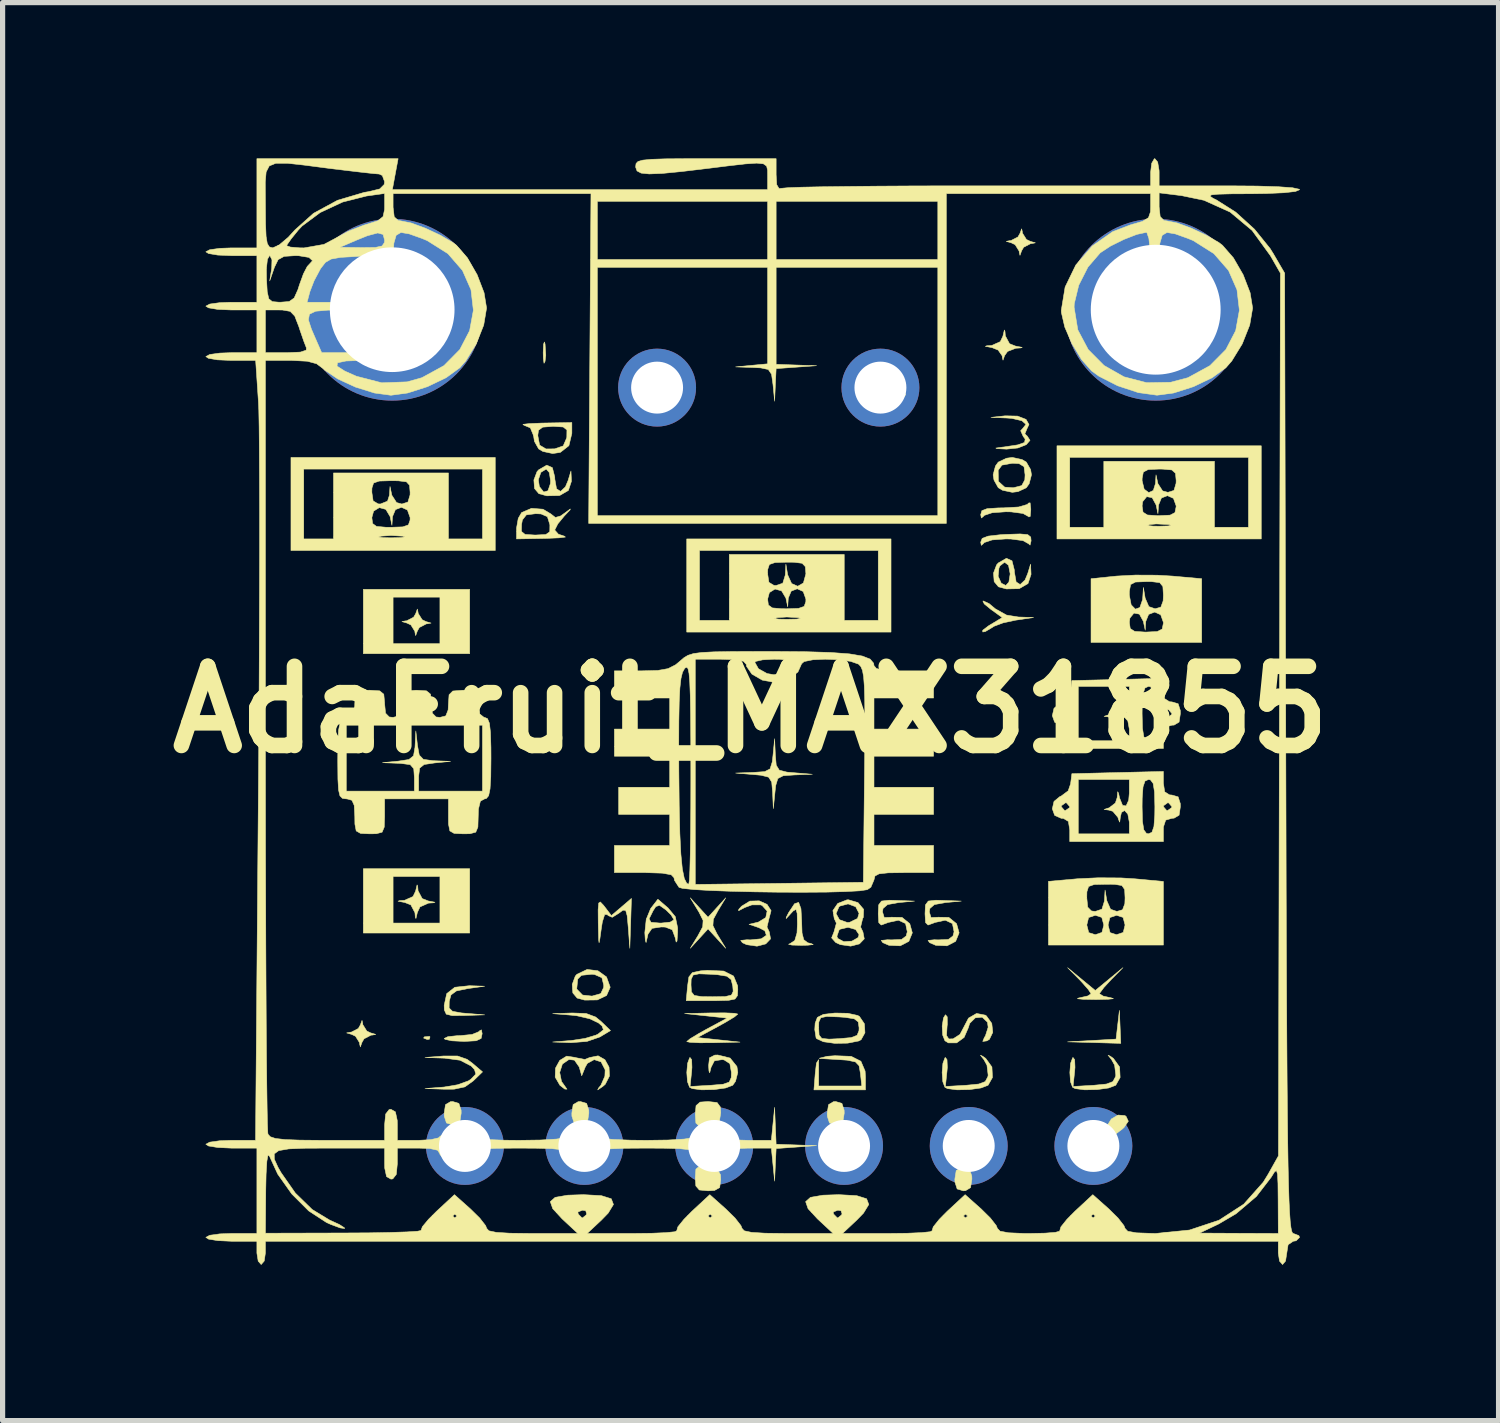
<source format=kicad_pcb>
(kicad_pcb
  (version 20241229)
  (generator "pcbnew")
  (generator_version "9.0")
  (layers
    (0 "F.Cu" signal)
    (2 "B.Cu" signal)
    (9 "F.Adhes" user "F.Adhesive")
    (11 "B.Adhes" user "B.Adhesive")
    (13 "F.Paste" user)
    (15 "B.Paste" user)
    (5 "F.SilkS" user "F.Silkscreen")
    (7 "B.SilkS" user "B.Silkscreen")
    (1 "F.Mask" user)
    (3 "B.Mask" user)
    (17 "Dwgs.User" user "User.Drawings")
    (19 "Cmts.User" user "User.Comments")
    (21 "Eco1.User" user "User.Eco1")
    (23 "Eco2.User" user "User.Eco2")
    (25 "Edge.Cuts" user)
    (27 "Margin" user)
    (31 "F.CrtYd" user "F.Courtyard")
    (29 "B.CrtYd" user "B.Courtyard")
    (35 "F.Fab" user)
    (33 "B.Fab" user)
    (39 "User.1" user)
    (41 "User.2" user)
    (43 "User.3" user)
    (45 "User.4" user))
  (footprint "AdaFruit_MAX31855"
    (layer "F.Cu")
    (at 11.401 10.613)
    (property "Reference" "AdaFruit_MAX31855" (at 0 0 0) (layer "F.SilkS") (effects (font (size 1.524 1.524) (thickness 0.3))))
    (attr through_hole)
    (fp_poly (pts (xy -6.172 6.3) (xy -6.184 6.345) (xy -6.227 6.35) (xy -6.295 6.323) (xy -6.282 6.3) (xy -6.184 6.291) (xy -6.172 6.3)) (stroke (width 0.01) (type solid)) (fill yes) (layer "F.SilkS"))
    (fp_poly (pts (xy 7.128 6.425) (xy 6.104 6.396) (xy 6.571 6.37) (xy 7.037 6.343) (xy 7.069 6.066) (xy 7.101 5.79) (xy 7.128 6.425)) (stroke (width 0.01) (type solid)) (fill yes) (layer "F.SilkS"))
    (fp_poly (pts (xy -3.957 -7.041) (xy -3.943 -6.823) (xy -3.957 -6.705) (xy -3.977 -6.669) (xy -3.99 -6.763) (xy -3.993 -6.873) (xy -3.986 -7.035) (xy -3.97 -7.079) (xy -3.957 -7.041)) (stroke (width 0.01) (type solid)) (fill yes) (layer "F.SilkS"))
    (fp_poly (pts (xy -5.408 -1.078) (xy -7.456 -1.078) (xy -7.456 -2.166) (xy -6.883 -2.166) (xy -6.883 -1.27) (xy -5.981 -1.27) (xy -5.981 -2.166) (xy -6.883 -2.166) (xy -7.456 -2.166) (xy -7.456 -2.316) (xy -5.408 -2.316) (xy -5.408 -1.078)) (stroke (width 0.01) (type solid)) (fill yes) (layer "F.SilkS"))
    (fp_poly (pts (xy -5.408 4.301) (xy -7.456 4.301) (xy -7.456 3.212) (xy -6.883 3.212) (xy -6.883 4.109) (xy -5.981 4.109) (xy -5.981 3.212) (xy -6.883 3.212) (xy -7.456 3.212) (xy -7.456 3.063) (xy -5.408 3.063) (xy -5.408 4.301)) (stroke (width 0.01) (type solid)) (fill yes) (layer "F.SilkS"))
    (fp_poly (pts (xy 7.207 7.815) (xy 7.23 7.832) (xy 7.273 7.924) (xy 7.192 8.042) (xy 7.159 8.073) (xy 7.028 8.172) (xy 6.939 8.161) (xy 6.897 8.121) (xy 6.87 8.001) (xy 6.946 7.881) (xy 7.075 7.805) (xy 7.207 7.815)) (stroke (width 0.01) (type solid)) (fill yes) (layer "F.SilkS"))
    (fp_poly (pts (xy -5.616 7.581) (xy -5.573 7.712) (xy -5.572 7.769) (xy -5.597 7.933) (xy -5.693 7.991) (xy -5.735 7.994) (xy -5.855 7.958) (xy -5.898 7.827) (xy -5.899 7.769) (xy -5.874 7.605) (xy -5.778 7.548) (xy -5.735 7.545) (xy -5.616 7.581)) (stroke (width 0.01) (type solid)) (fill yes) (layer "F.SilkS"))
    (fp_poly (pts (xy -3.157 7.581) (xy -3.115 7.712) (xy -3.114 7.769) (xy -3.139 7.933) (xy -3.235 7.991) (xy -3.277 7.994) (xy -3.397 7.958) (xy -3.44 7.827) (xy -3.441 7.769) (xy -3.416 7.605) (xy -3.32 7.548) (xy -3.277 7.545) (xy -3.157 7.581)) (stroke (width 0.01) (type solid)) (fill yes) (layer "F.SilkS"))
    (fp_poly (pts (xy -0.819 8.799) (xy -0.643 8.846) (xy -0.579 8.955) (xy -0.574 9.048) (xy -0.595 9.201) (xy -0.694 9.257) (xy -0.819 9.264) (xy -0.987 9.248) (xy -1.054 9.17) (xy -1.065 9.015) (xy -1.053 8.848) (xy -0.984 8.789) (xy -0.819 8.799)) (stroke (width 0.01) (type solid)) (fill yes) (layer "F.SilkS"))
    (fp_poly (pts (xy -0.645 7.564) (xy -0.581 7.651) (xy -0.574 7.761) (xy -0.6 7.919) (xy -0.714 7.99) (xy -0.819 8.009) (xy -0.987 8.019) (xy -1.053 7.959) (xy -1.065 7.794) (xy -1.05 7.624) (xy -0.972 7.556) (xy -0.819 7.545) (xy -0.645 7.564)) (stroke (width 0.01) (type solid)) (fill yes) (layer "F.SilkS"))
    (fp_poly (pts (xy 1.759 7.581) (xy 1.801 7.712) (xy 1.803 7.769) (xy 1.777 7.933) (xy 1.681 7.991) (xy 1.639 7.994) (xy 1.519 7.958) (xy 1.477 7.827) (xy 1.475 7.769) (xy 1.501 7.605) (xy 1.596 7.548) (xy 1.639 7.545) (xy 1.759 7.581)) (stroke (width 0.01) (type solid)) (fill yes) (layer "F.SilkS"))
    (fp_poly (pts (xy 4.217 8.851) (xy 4.259 8.982) (xy 4.261 9.039) (xy 4.235 9.203) (xy 4.139 9.261) (xy 4.097 9.264) (xy 3.977 9.228) (xy 3.935 9.097) (xy 3.933 9.039) (xy 3.959 8.875) (xy 4.054 8.818) (xy 4.097 8.815) (xy 4.217 8.851)) (stroke (width 0.01) (type solid)) (fill yes) (layer "F.SilkS"))
    (fp_poly (pts (xy -5.168 6.238) (xy -5.188 6.331) (xy -5.283 6.375) (xy -5.496 6.387) (xy -5.531 6.387) (xy -5.751 6.376) (xy -5.882 6.348) (xy -5.899 6.331) (xy -5.827 6.296) (xy -5.646 6.277) (xy -5.578 6.275) (xy -5.36 6.253) (xy -5.228 6.198) (xy -5.216 6.182) (xy -5.182 6.165) (xy -5.168 6.238)) (stroke (width 0.01) (type solid)) (fill yes) (layer "F.SilkS"))
    (fp_poly (pts (xy -1.564 -6.323) (xy -1.531 -6.29) (xy -1.452 -6.193) (xy -1.465 -6.109) (xy -1.584 -5.987) (xy -1.625 -5.951) (xy -1.779 -5.825) (xy -1.872 -5.796) (xy -1.959 -5.854) (xy -1.993 -5.887) (xy -2.071 -5.984) (xy -2.058 -6.068) (xy -1.939 -6.19) (xy -1.898 -6.226) (xy -1.744 -6.352) (xy -1.651 -6.381) (xy -1.564 -6.323)) (stroke (width 0.01) (type solid)) (fill yes) (layer "F.SilkS"))
    (fp_poly (pts (xy 1.872 8.155) (xy 1.951 8.22) (xy 1.966 8.385) (xy 1.966 8.404) (xy 1.954 8.58) (xy 1.882 8.652) (xy 1.702 8.666) (xy 1.68 8.666) (xy 1.487 8.654) (xy 1.409 8.589) (xy 1.393 8.424) (xy 1.393 8.404) (xy 1.406 8.229) (xy 1.477 8.157) (xy 1.658 8.143) (xy 1.68 8.143) (xy 1.872 8.155)) (stroke (width 0.01) (type solid)) (fill yes) (layer "F.SilkS"))
    (fp_poly (pts (xy 2.641 -6.434) (xy 2.774 -6.325) (xy 2.814 -6.288) (xy 2.951 -6.147) (xy 2.984 -6.063) (xy 2.921 -5.983) (xy 2.884 -5.953) (xy 2.777 -5.881) (xy 2.685 -5.893) (xy 2.551 -6.002) (xy 2.512 -6.039) (xy 2.374 -6.179) (xy 2.342 -6.264) (xy 2.405 -6.343) (xy 2.442 -6.374) (xy 2.548 -6.446) (xy 2.641 -6.434)) (stroke (width 0.01) (type solid)) (fill yes) (layer "F.SilkS"))
    (fp_poly (pts (xy 4.33 8.155) (xy 4.409 8.22) (xy 4.424 8.385) (xy 4.425 8.404) (xy 4.412 8.58) (xy 4.34 8.652) (xy 4.16 8.666) (xy 4.138 8.666) (xy 3.946 8.654) (xy 3.867 8.589) (xy 3.851 8.424) (xy 3.851 8.404) (xy 3.864 8.229) (xy 3.935 8.157) (xy 4.116 8.143) (xy 4.138 8.143) (xy 4.33 8.155)) (stroke (width 0.01) (type solid)) (fill yes) (layer "F.SilkS"))
    (fp_poly (pts (xy 6.788 8.155) (xy 6.867 8.22) (xy 6.883 8.385) (xy 6.883 8.404) (xy 6.87 8.58) (xy 6.798 8.652) (xy 6.618 8.666) (xy 6.596 8.666) (xy 6.404 8.654) (xy 6.325 8.589) (xy 6.309 8.424) (xy 6.309 8.404) (xy 6.322 8.229) (xy 6.393 8.157) (xy 6.574 8.143) (xy 6.596 8.143) (xy 6.788 8.155)) (stroke (width 0.01) (type solid)) (fill yes) (layer "F.SilkS"))
    (fp_poly (pts (xy -0.625 3.866) (xy -0.717 4.036) (xy -0.725 4.159) (xy -0.648 4.314) (xy -0.625 4.352) (xy -0.478 4.594) (xy -0.819 4.221) (xy -0.99 4.408) (xy -1.161 4.594) (xy -1.013 4.352) (xy -0.922 4.182) (xy -0.914 4.059) (xy -0.991 3.903) (xy -1.013 3.866) (xy -1.161 3.623) (xy -0.99 3.81) (xy -0.819 3.997) (xy -0.478 3.623) (xy -0.625 3.866)) (stroke (width 0.01) (type solid)) (fill yes) (layer "F.SilkS"))
    (fp_poly (pts (xy 5.336 -3.37) (xy 5.394 -3.323) (xy 5.401 -3.25) (xy 5.381 -3.168) (xy 5.353 -3.194) (xy 5.246 -3.254) (xy 5.015 -3.285) (xy 4.916 -3.287) (xy 4.651 -3.268) (xy 4.498 -3.217) (xy 4.479 -3.194) (xy 4.442 -3.163) (xy 4.431 -3.224) (xy 4.459 -3.297) (xy 4.574 -3.341) (xy 4.81 -3.368) (xy 4.916 -3.374) (xy 5.189 -3.383) (xy 5.336 -3.37)) (stroke (width 0.01) (type solid)) (fill yes) (layer "F.SilkS"))
    (fp_poly (pts (xy -5.412 5.315) (xy -5.121 5.325) (xy -5.449 5.371) (xy -5.665 5.416) (xy -5.768 5.493) (xy -5.802 5.617) (xy -5.804 5.744) (xy -5.739 5.808) (xy -5.567 5.839) (xy -5.474 5.847) (xy -5.121 5.876) (xy -5.51 5.889) (xy -5.745 5.891) (xy -5.859 5.863) (xy -5.896 5.782) (xy -5.899 5.693) (xy -5.85 5.467) (xy -5.694 5.345) (xy -5.414 5.315) (xy -5.412 5.315)) (stroke (width 0.01) (type solid)) (fill yes) (layer "F.SilkS"))
    (fp_poly (pts (xy 4.593 -2.041) (xy 4.711 -1.942) (xy 4.927 -1.821) (xy 5.154 -1.784) (xy 5.449 -1.774) (xy 5.099 -1.722) (xy 4.859 -1.67) (xy 4.684 -1.604) (xy 4.652 -1.582) (xy 4.52 -1.504) (xy 4.47 -1.495) (xy 4.47 -1.529) (xy 4.582 -1.614) (xy 4.615 -1.634) (xy 4.846 -1.773) (xy 4.624 -1.933) (xy 4.499 -2.036) (xy 4.473 -2.09) (xy 4.483 -2.092) (xy 4.593 -2.041)) (stroke (width 0.01) (type solid)) (fill yes) (layer "F.SilkS"))
    (fp_poly (pts (xy -7.468 6.039) (xy -7.466 6.064) (xy -7.389 6.188) (xy -7.313 6.224) (xy -7.217 6.252) (xy -7.279 6.265) (xy -7.307 6.267) (xy -7.442 6.337) (xy -7.482 6.406) (xy -7.513 6.493) (xy -7.527 6.437) (xy -7.529 6.412) (xy -7.606 6.288) (xy -7.681 6.252) (xy -7.777 6.224) (xy -7.715 6.211) (xy -7.687 6.209) (xy -7.552 6.139) (xy -7.513 6.07) (xy -7.481 5.983) (xy -7.468 6.039)) (stroke (width 0.01) (type solid)) (fill yes) (layer "F.SilkS"))
    (fp_poly (pts (xy -6.409 3.4) (xy -6.402 3.487) (xy -6.323 3.637) (xy -6.207 3.683) (xy -6.077 3.708) (xy -6.106 3.719) (xy -6.201 3.725) (xy -6.365 3.798) (xy -6.415 3.903) (xy -6.443 4.022) (xy -6.455 3.996) (xy -6.462 3.909) (xy -6.541 3.759) (xy -6.657 3.713) (xy -6.787 3.688) (xy -6.758 3.677) (xy -6.663 3.671) (xy -6.499 3.598) (xy -6.449 3.493) (xy -6.421 3.374) (xy -6.409 3.4)) (stroke (width 0.01) (type solid)) (fill yes) (layer "F.SilkS"))
    (fp_poly (pts (xy -6.403 -1.88) (xy -6.4 -1.854) (xy -6.323 -1.731) (xy -6.248 -1.695) (xy -6.152 -1.667) (xy -6.214 -1.654) (xy -6.242 -1.652) (xy -6.377 -1.582) (xy -6.416 -1.513) (xy -6.448 -1.426) (xy -6.461 -1.482) (xy -6.463 -1.507) (xy -6.54 -1.631) (xy -6.616 -1.667) (xy -6.712 -1.695) (xy -6.65 -1.708) (xy -6.622 -1.71) (xy -6.487 -1.78) (xy -6.447 -1.849) (xy -6.416 -1.936) (xy -6.403 -1.88)) (stroke (width 0.01) (type solid)) (fill yes) (layer "F.SilkS"))
    (fp_poly (pts (xy -5.459 6.732) (xy -5.357 6.807) (xy -5.161 6.974) (xy -5.34 7.148) (xy -5.501 7.263) (xy -5.707 7.307) (xy -5.893 7.308) (xy -6.268 7.295) (xy -5.9 7.266) (xy -5.64 7.222) (xy -5.432 7.147) (xy -5.387 7.117) (xy -5.29 7.017) (xy -5.315 6.93) (xy -5.379 6.861) (xy -5.593 6.75) (xy -5.892 6.71) (xy -6.268 6.697) (xy -5.91 6.668) (xy -5.644 6.668) (xy -5.459 6.732)) (stroke (width 0.01) (type solid)) (fill yes) (layer "F.SilkS"))
    (fp_poly (pts (xy -3.165 5.85) (xy -2.983 5.918) (xy -2.879 6.003) (xy -2.697 6.179) (xy -2.902 6.302) (xy -3.151 6.388) (xy -3.459 6.412) (xy -3.81 6.399) (xy -3.447 6.369) (xy -3.188 6.33) (xy -2.979 6.267) (xy -2.935 6.245) (xy -2.833 6.164) (xy -2.86 6.091) (xy -2.929 6.031) (xy -3.098 5.951) (xy -3.348 5.893) (xy -3.441 5.883) (xy -3.81 5.853) (xy -3.435 5.84) (xy -3.165 5.85)) (stroke (width 0.01) (type solid)) (fill yes) (layer "F.SilkS"))
    (fp_poly (pts (xy -0.308 5.846) (xy -0.246 5.861) (xy -0.31 5.915) (xy -0.477 6.016) (xy -0.635 6.104) (xy -1.024 6.313) (xy -0.615 6.357) (xy -0.205 6.401) (xy -0.717 6.413) (xy -0.982 6.414) (xy -1.167 6.405) (xy -1.229 6.391) (xy -1.165 6.337) (xy -0.998 6.236) (xy -0.84 6.148) (xy -0.451 5.939) (xy -0.86 5.895) (xy -1.27 5.851) (xy -0.758 5.839) (xy -0.493 5.838) (xy -0.308 5.846)) (stroke (width 0.01) (type solid)) (fill yes) (layer "F.SilkS"))
    (fp_poly (pts (xy 1.937 6.675) (xy 2.124 6.769) (xy 2.205 6.959) (xy 2.212 7.069) (xy 2.212 7.321) (xy 1.22 7.321) (xy 1.245 7.004) (xy 1.268 6.805) (xy 1.311 6.738) (xy 1.311 7.246) (xy 2.141 7.246) (xy 2.115 7.004) (xy 2.089 6.856) (xy 2.019 6.782) (xy 1.861 6.749) (xy 1.7 6.738) (xy 1.325 6.716) (xy 1.329 6.71) (xy 1.475 6.674) (xy 1.624 6.663) (xy 1.937 6.675)) (stroke (width 0.01) (type solid)) (fill yes) (layer "F.SilkS"))
    (fp_poly (pts (xy 4.898 -7.283) (xy 4.905 -7.196) (xy 4.985 -7.046) (xy 5.1 -7) (xy 5.23 -6.975) (xy 5.201 -6.964) (xy 5.106 -6.958) (xy 4.948 -6.897) (xy 4.891 -6.817) (xy 4.86 -6.729) (xy 4.846 -6.786) (xy 4.844 -6.812) (xy 4.766 -6.923) (xy 4.65 -6.97) (xy 4.52 -6.995) (xy 4.549 -7.006) (xy 4.644 -7.012) (xy 4.808 -7.085) (xy 4.858 -7.19) (xy 4.886 -7.309) (xy 4.898 -7.283)) (stroke (width 0.01) (type solid)) (fill yes) (layer "F.SilkS"))
    (fp_poly (pts (xy 5.232 -9.201) (xy 5.234 -9.176) (xy 5.311 -9.052) (xy 5.387 -9.016) (xy 5.483 -8.988) (xy 5.421 -8.975) (xy 5.393 -8.973) (xy 5.258 -8.903) (xy 5.218 -8.834) (xy 5.187 -8.747) (xy 5.173 -8.803) (xy 5.171 -8.828) (xy 5.094 -8.952) (xy 5.019 -8.988) (xy 4.923 -9.016) (xy 4.985 -9.029) (xy 5.013 -9.031) (xy 5.148 -9.101) (xy 5.187 -9.17) (xy 5.219 -9.257) (xy 5.232 -9.201)) (stroke (width 0.01) (type solid)) (fill yes) (layer "F.SilkS"))
    (fp_poly (pts (xy 5.395 -3.865) (xy 5.395 -3.847) (xy 5.384 -3.72) (xy 5.357 -3.71) (xy 5.353 -3.717) (xy 5.246 -3.777) (xy 5.015 -3.808) (xy 4.916 -3.81) (xy 4.651 -3.791) (xy 4.498 -3.74) (xy 4.479 -3.717) (xy 4.443 -3.69) (xy 4.431 -3.754) (xy 4.453 -3.831) (xy 4.555 -3.87) (xy 4.772 -3.884) (xy 4.868 -3.885) (xy 5.162 -3.902) (xy 5.328 -3.951) (xy 5.353 -3.978) (xy 5.382 -3.982) (xy 5.395 -3.865)) (stroke (width 0.01) (type solid)) (fill yes) (layer "F.SilkS"))
    (fp_poly (pts (xy 6.944 5.196) (xy 6.803 5.349) (xy 6.724 5.455) (xy 6.719 5.471) (xy 6.789 5.515) (xy 6.944 5.549) (xy 6.986 5.565) (xy 6.885 5.576) (xy 6.664 5.581) (xy 6.637 5.581) (xy 6.405 5.577) (xy 6.292 5.566) (xy 6.318 5.551) (xy 6.33 5.549) (xy 6.493 5.512) (xy 6.555 5.471) (xy 6.505 5.391) (xy 6.38 5.249) (xy 6.33 5.196) (xy 6.104 4.968) (xy 6.37 5.187) (xy 6.637 5.407) (xy 7.169 4.968) (xy 6.944 5.196)) (stroke (width 0.01) (type solid)) (fill yes) (layer "F.SilkS"))
    (fp_poly (pts (xy 0.477 0.873) (xy 0.494 1.07) (xy 0.553 1.165) (xy 0.7 1.203) (xy 0.84 1.215) (xy 1.188 1.244) (xy 0.845 1.257) (xy 0.629 1.272) (xy 0.525 1.326) (xy 0.484 1.46) (xy 0.47 1.587) (xy 0.438 1.905) (xy 0.424 1.592) (xy 0.407 1.395) (xy 0.348 1.3) (xy 0.201 1.263) (xy 0.061 1.25) (xy -0.287 1.221) (xy 0.057 1.208) (xy 0.273 1.193) (xy 0.376 1.14) (xy 0.418 1.005) (xy 0.432 0.878) (xy 0.463 0.56) (xy 0.477 0.873)) (stroke (width 0.01) (type solid)) (fill yes) (layer "F.SilkS"))
    (fp_poly (pts (xy 0.97 3.832) (xy 0.983 4.062) (xy 0.991 4.301) (xy 1.024 4.429) (xy 1.099 4.488) (xy 1.168 4.504) (xy 1.206 4.523) (xy 1.103 4.535) (xy 0.983 4.538) (xy 0.797 4.533) (xy 0.731 4.517) (xy 0.758 4.506) (xy 0.851 4.445) (xy 0.894 4.299) (xy 0.901 4.126) (xy 0.897 3.923) (xy 0.875 3.846) (xy 0.821 3.875) (xy 0.774 3.926) (xy 0.685 4.023) (xy 0.687 3.998) (xy 0.733 3.908) (xy 0.846 3.737) (xy 0.925 3.711) (xy 0.97 3.832)) (stroke (width 0.01) (type solid)) (fill yes) (layer "F.SilkS"))
    (fp_poly (pts (xy -2.309 4.114) (xy -2.325 4.594) (xy -2.355 4.194) (xy -2.376 3.967) (xy -2.405 3.865) (xy -2.458 3.861) (xy -2.536 3.919) (xy -2.663 3.998) (xy -2.743 3.964) (xy -2.757 3.946) (xy -2.809 3.944) (xy -2.854 4.087) (xy -2.875 4.221) (xy -2.902 4.416) (xy -2.917 4.488) (xy -2.925 4.429) (xy -2.93 4.232) (xy -2.933 4.109) (xy -2.935 3.852) (xy -2.924 3.724) (xy -2.893 3.702) (xy -2.832 3.766) (xy -2.81 3.794) (xy -2.68 3.965) (xy -2.294 3.635) (xy -2.309 4.114)) (stroke (width 0.01) (type solid)) (fill yes) (layer "F.SilkS"))
    (fp_poly (pts (xy -2.94 5.027) (xy -2.774 5.146) (xy -2.704 5.34) (xy -2.704 5.348) (xy -2.773 5.504) (xy -2.951 5.589) (xy -3.194 5.592) (xy -3.339 5.553) (xy -3.422 5.454) (xy -3.428 5.379) (xy -3.347 5.379) (xy -3.235 5.495) (xy -3.053 5.515) (xy -2.884 5.467) (xy -2.828 5.346) (xy -2.827 5.304) (xy -2.863 5.161) (xy -3.002 5.1) (xy -3.053 5.094) (xy -3.256 5.115) (xy -3.328 5.187) (xy -3.347 5.379) (xy -3.428 5.379) (xy -3.434 5.29) (xy -3.375 5.131) (xy -3.343 5.095) (xy -3.147 5.002) (xy -2.94 5.027)) (stroke (width 0.01) (type solid)) (fill yes) (layer "F.SilkS"))
    (fp_poly (pts (xy 4.469 6.673) (xy 4.527 6.714) (xy 4.647 6.88) (xy 4.657 7.082) (xy 4.572 7.232) (xy 4.436 7.284) (xy 4.215 7.315) (xy 3.976 7.32) (xy 3.792 7.296) (xy 3.742 7.271) (xy 3.701 7.163) (xy 3.688 6.986) (xy 3.703 6.809) (xy 3.743 6.702) (xy 3.75 6.697) (xy 3.782 6.739) (xy 3.788 6.887) (xy 3.782 6.958) (xy 3.751 7.255) (xy 4.149 7.232) (xy 4.393 7.208) (xy 4.518 7.161) (xy 4.568 7.068) (xy 4.574 7.037) (xy 4.551 6.845) (xy 4.492 6.738) (xy 4.425 6.653) (xy 4.469 6.673)) (stroke (width 0.01) (type solid)) (fill yes) (layer "F.SilkS"))
    (fp_poly (pts (xy 5.139 -5.652) (xy 5.303 -5.589) (xy 5.36 -5.49) (xy 5.323 -5.413) (xy 5.281 -5.31) (xy 5.326 -5.267) (xy 5.38 -5.185) (xy 5.308 -5.102) (xy 5.147 -5.038) (xy 4.931 -5.016) (xy 4.927 -5.016) (xy 4.746 -5.025) (xy 4.722 -5.036) (xy 4.847 -5.054) (xy 4.875 -5.057) (xy 5.145 -5.098) (xy 5.275 -5.144) (xy 5.287 -5.21) (xy 5.249 -5.261) (xy 5.2 -5.37) (xy 5.241 -5.415) (xy 5.302 -5.493) (xy 5.223 -5.563) (xy 5.029 -5.608) (xy 4.932 -5.615) (xy 4.629 -5.627) (xy 4.901 -5.657) (xy 5.139 -5.652)) (stroke (width 0.01) (type solid)) (fill yes) (layer "F.SilkS"))
    (fp_poly (pts (xy 6.927 6.673) (xy 6.985 6.714) (xy 7.105 6.88) (xy 7.115 7.082) (xy 7.03 7.232) (xy 6.895 7.284) (xy 6.673 7.315) (xy 6.434 7.32) (xy 6.25 7.296) (xy 6.2 7.271) (xy 6.159 7.163) (xy 6.147 6.986) (xy 6.161 6.809) (xy 6.201 6.702) (xy 6.208 6.697) (xy 6.24 6.739) (xy 6.246 6.887) (xy 6.24 6.958) (xy 6.209 7.255) (xy 6.607 7.232) (xy 6.851 7.208) (xy 6.976 7.161) (xy 7.026 7.068) (xy 7.032 7.037) (xy 7.009 6.845) (xy 6.95 6.738) (xy 6.883 6.653) (xy 6.927 6.673)) (stroke (width 0.01) (type solid)) (fill yes) (layer "F.SilkS"))
    (fp_poly (pts (xy 0.317 3.749) (xy 0.395 3.87) (xy 0.355 4.021) (xy 0.316 4.185) (xy 0.36 4.279) (xy 0.385 4.413) (xy 0.292 4.51) (xy 0.124 4.554) (xy -0.075 4.525) (xy -0.158 4.487) (xy -0.19 4.443) (xy -0.07 4.43) (xy -0.002 4.433) (xy 0.205 4.412) (xy 0.304 4.344) (xy 0.274 4.257) (xy 0.156 4.196) (xy -0.029 4.133) (xy 0.149 4.091) (xy 0.292 4.004) (xy 0.319 3.878) (xy 0.223 3.771) (xy 0.194 3.759) (xy 0.025 3.759) (xy -0.113 3.81) (xy -0.231 3.872) (xy -0.227 3.844) (xy -0.174 3.785) (xy -0.013 3.686) (xy 0.166 3.681) (xy 0.317 3.749)) (stroke (width 0.01) (type solid)) (fill yes) (layer "F.SilkS"))
    (fp_poly (pts (xy 5.227 -4.815) (xy 5.309 -4.766) (xy 5.392 -4.621) (xy 5.408 -4.52) (xy 5.363 -4.348) (xy 5.309 -4.273) (xy 5.15 -4.198) (xy 5.039 -4.184) (xy 4.851 -4.224) (xy 4.769 -4.273) (xy 4.687 -4.419) (xy 4.67 -4.52) (xy 4.693 -4.609) (xy 4.767 -4.609) (xy 4.771 -4.395) (xy 4.892 -4.284) (xy 5.059 -4.272) (xy 5.221 -4.314) (xy 5.28 -4.425) (xy 5.285 -4.52) (xy 5.265 -4.678) (xy 5.169 -4.737) (xy 5.04 -4.744) (xy 4.84 -4.708) (xy 4.767 -4.609) (xy 4.693 -4.609) (xy 4.715 -4.691) (xy 4.769 -4.766) (xy 4.928 -4.841) (xy 5.039 -4.856) (xy 5.227 -4.815)) (stroke (width 0.01) (type solid)) (fill yes) (layer "F.SilkS"))
    (fp_poly (pts (xy -3.816 -4.659) (xy -3.77 -4.479) (xy -3.769 -4.439) (xy -3.736 -4.252) (xy -3.658 -4.202) (xy -3.565 -4.289) (xy -3.513 -4.413) (xy -3.458 -4.594) (xy -3.449 -4.397) (xy -3.508 -4.22) (xy -3.678 -4.122) (xy -3.924 -4.117) (xy -4.076 -4.158) (xy -4.16 -4.258) (xy -4.172 -4.422) (xy -4.17 -4.427) (xy -4.086 -4.427) (xy -4.067 -4.296) (xy -3.983 -4.19) (xy -3.901 -4.214) (xy -3.854 -4.352) (xy -3.851 -4.408) (xy -3.875 -4.565) (xy -3.934 -4.632) (xy -3.935 -4.632) (xy -4.037 -4.569) (xy -4.086 -4.427) (xy -4.17 -4.427) (xy -4.112 -4.581) (xy -4.08 -4.617) (xy -3.924 -4.707) (xy -3.816 -4.659)) (stroke (width 0.01) (type solid)) (fill yes) (layer "F.SilkS"))
    (fp_poly (pts (xy -3.441 -5.319) (xy -3.498 -5.082) (xy -3.663 -4.953) (xy -3.81 -4.931) (xy -3.998 -4.971) (xy -4.08 -5.02) (xy -4.161 -5.164) (xy -4.179 -5.277) (xy -4.18 -5.279) (xy -4.097 -5.279) (xy -4.062 -5.093) (xy -3.938 -5.019) (xy -3.772 -5.021) (xy -3.607 -5.078) (xy -3.541 -5.231) (xy -3.538 -5.248) (xy -3.536 -5.385) (xy -3.607 -5.442) (xy -3.796 -5.454) (xy -3.805 -5.454) (xy -4.002 -5.439) (xy -4.083 -5.379) (xy -4.097 -5.279) (xy -4.18 -5.279) (xy -4.24 -5.425) (xy -4.363 -5.476) (xy -4.383 -5.493) (xy -4.264 -5.507) (xy -4.031 -5.517) (xy -3.994 -5.518) (xy -3.441 -5.528) (xy -3.441 -5.319)) (stroke (width 0.01) (type solid)) (fill yes) (layer "F.SilkS"))
    (fp_poly (pts (xy 5.033 -2.866) (xy 5.079 -2.686) (xy 5.08 -2.646) (xy 5.113 -2.459) (xy 5.191 -2.409) (xy 5.284 -2.496) (xy 5.336 -2.62) (xy 5.391 -2.801) (xy 5.4 -2.604) (xy 5.341 -2.427) (xy 5.171 -2.329) (xy 4.925 -2.324) (xy 4.773 -2.365) (xy 4.69 -2.465) (xy 4.682 -2.569) (xy 4.766 -2.569) (xy 4.826 -2.435) (xy 4.914 -2.391) (xy 4.973 -2.455) (xy 4.998 -2.612) (xy 4.998 -2.615) (xy 4.966 -2.781) (xy 4.89 -2.838) (xy 4.803 -2.77) (xy 4.782 -2.727) (xy 4.766 -2.569) (xy 4.682 -2.569) (xy 4.677 -2.629) (xy 4.737 -2.788) (xy 4.769 -2.824) (xy 4.926 -2.914) (xy 5.033 -2.866)) (stroke (width 0.01) (type solid)) (fill yes) (layer "F.SilkS"))
    (fp_poly (pts (xy 2.806 3.673) (xy 3.155 3.686) (xy 2.847 3.715) (xy 2.637 3.753) (xy 2.55 3.828) (xy 2.54 3.894) (xy 2.573 4.002) (xy 2.698 3.998) (xy 2.708 3.996) (xy 2.916 4) (xy 3.065 4.121) (xy 3.114 4.297) (xy 3.047 4.461) (xy 2.881 4.547) (xy 2.666 4.538) (xy 2.546 4.487) (xy 2.516 4.443) (xy 2.638 4.43) (xy 2.71 4.433) (xy 2.907 4.424) (xy 2.995 4.358) (xy 3.017 4.277) (xy 2.984 4.118) (xy 2.848 4.054) (xy 2.642 4.099) (xy 2.628 4.106) (xy 2.515 4.147) (xy 2.468 4.1) (xy 2.458 3.935) (xy 2.458 3.925) (xy 2.466 3.759) (xy 2.521 3.685) (xy 2.668 3.669) (xy 2.806 3.673)) (stroke (width 0.01) (type solid)) (fill yes) (layer "F.SilkS"))
    (fp_poly (pts (xy 3.708 3.673) (xy 4.056 3.686) (xy 3.749 3.715) (xy 3.539 3.753) (xy 3.452 3.828) (xy 3.441 3.894) (xy 3.474 4.002) (xy 3.599 3.998) (xy 3.609 3.996) (xy 3.817 4) (xy 3.966 4.121) (xy 4.015 4.297) (xy 3.948 4.461) (xy 3.782 4.547) (xy 3.567 4.538) (xy 3.448 4.487) (xy 3.417 4.443) (xy 3.539 4.43) (xy 3.611 4.433) (xy 3.808 4.424) (xy 3.896 4.358) (xy 3.918 4.277) (xy 3.886 4.118) (xy 3.749 4.054) (xy 3.543 4.099) (xy 3.53 4.106) (xy 3.417 4.147) (xy 3.369 4.1) (xy 3.359 3.935) (xy 3.359 3.925) (xy 3.367 3.759) (xy 3.422 3.685) (xy 3.569 3.669) (xy 3.708 3.673)) (stroke (width 0.01) (type solid)) (fill yes) (layer "F.SilkS"))
    (fp_poly (pts (xy 4.52 5.882) (xy 4.541 5.897) (xy 4.644 6.041) (xy 4.663 6.213) (xy 4.598 6.348) (xy 4.549 6.377) (xy 4.47 6.388) (xy 4.502 6.31) (xy 4.521 6.282) (xy 4.574 6.115) (xy 4.561 6.018) (xy 4.46 5.921) (xy 4.327 5.933) (xy 4.219 6.04) (xy 4.191 6.127) (xy 4.111 6.311) (xy 3.967 6.416) (xy 3.808 6.416) (xy 3.742 6.375) (xy 3.698 6.264) (xy 3.689 6.092) (xy 3.714 5.936) (xy 3.752 5.874) (xy 3.786 5.914) (xy 3.788 6.058) (xy 3.783 6.101) (xy 3.773 6.275) (xy 3.817 6.34) (xy 3.899 6.338) (xy 4.032 6.252) (xy 4.095 6.133) (xy 4.196 5.939) (xy 4.351 5.849) (xy 4.52 5.882)) (stroke (width 0.01) (type solid)) (fill yes) (layer "F.SilkS"))
    (fp_poly (pts (xy -2.804 6.74) (xy -2.725 6.883) (xy -2.717 7.054) (xy -2.798 7.213) (xy -2.847 7.256) (xy -2.944 7.321) (xy -2.925 7.283) (xy -2.882 7.232) (xy -2.805 7.057) (xy -2.8 6.934) (xy -2.878 6.782) (xy -3.011 6.738) (xy -3.141 6.809) (xy -3.183 6.881) (xy -3.251 7.049) (xy -3.299 6.88) (xy -3.391 6.748) (xy -3.497 6.736) (xy -3.623 6.823) (xy -3.675 6.985) (xy -3.64 7.159) (xy -3.601 7.213) (xy -3.535 7.307) (xy -3.577 7.305) (xy -3.671 7.232) (xy -3.762 7.075) (xy -3.756 6.902) (xy -3.674 6.753) (xy -3.541 6.671) (xy -3.378 6.696) (xy -3.373 6.699) (xy -3.19 6.735) (xy -3.099 6.698) (xy -2.935 6.665) (xy -2.804 6.74)) (stroke (width 0.01) (type solid)) (fill yes) (layer "F.SilkS"))
    (fp_poly (pts (xy -0.517 5.033) (xy -0.327 5.129) (xy -0.249 5.318) (xy -0.246 5.388) (xy -0.253 5.507) (xy -0.3 5.571) (xy -0.425 5.597) (xy -0.667 5.603) (xy -0.742 5.603) (xy -1.239 5.603) (xy -1.213 5.323) (xy -1.21 5.3) (xy -1.147 5.3) (xy -1.139 5.434) (xy -1.085 5.502) (xy -0.945 5.525) (xy -0.732 5.528) (xy -0.488 5.524) (xy -0.369 5.496) (xy -0.335 5.425) (xy -0.343 5.323) (xy -0.374 5.197) (xy -0.457 5.132) (xy -0.638 5.103) (xy -0.758 5.095) (xy -0.992 5.086) (xy -1.106 5.11) (xy -1.144 5.191) (xy -1.147 5.3) (xy -1.21 5.3) (xy -1.188 5.147) (xy -1.121 5.063) (xy -0.963 5.029) (xy -0.834 5.019) (xy -0.517 5.033)) (stroke (width 0.01) (type solid)) (fill yes) (layer "F.SilkS"))
    (fp_poly (pts (xy -1.589 3.818) (xy -1.449 3.986) (xy -1.404 4.203) (xy -1.405 4.29) (xy -1.416 4.455) (xy -1.433 4.475) (xy -1.452 4.389) (xy -1.508 4.238) (xy -1.643 4.186) (xy -1.721 4.184) (xy -1.898 4.211) (xy -1.975 4.322) (xy -1.99 4.389) (xy -2.012 4.484) (xy -2.027 4.44) (xy -2.036 4.294) (xy -2.009 4.037) (xy -2.005 4.028) (xy -1.954 4.028) (xy -1.917 4.094) (xy -1.745 4.109) (xy -1.721 4.109) (xy -1.548 4.091) (xy -1.475 4.046) (xy -1.475 4.046) (xy -1.53 3.953) (xy -1.632 3.853) (xy -1.754 3.767) (xy -1.825 3.792) (xy -1.878 3.874) (xy -1.954 4.028) (xy -2.005 4.028) (xy -1.924 3.83) (xy -1.917 3.821) (xy -1.785 3.65) (xy -1.589 3.818)) (stroke (width 0.01) (type solid)) (fill yes) (layer "F.SilkS"))
    (fp_poly (pts (xy -0.394 6.708) (xy -0.263 6.871) (xy -0.246 6.985) (xy -0.29 7.156) (xy -0.344 7.232) (xy -0.48 7.284) (xy -0.702 7.315) (xy -0.94 7.32) (xy -1.124 7.296) (xy -1.174 7.271) (xy -1.215 7.163) (xy -1.228 6.986) (xy -1.213 6.809) (xy -1.173 6.702) (xy -1.166 6.697) (xy -1.134 6.739) (xy -1.129 6.887) (xy -1.134 6.958) (xy -1.165 7.255) (xy -0.767 7.232) (xy -0.529 7.212) (xy -0.411 7.171) (xy -0.372 7.083) (xy -0.369 6.985) (xy -0.399 6.815) (xy -0.509 6.744) (xy -0.547 6.738) (xy -0.697 6.761) (xy -0.761 6.887) (xy -0.787 6.992) (xy -0.801 6.959) (xy -0.808 6.854) (xy -0.791 6.703) (xy -0.689 6.651) (xy -0.631 6.649) (xy -0.394 6.708)) (stroke (width 0.01) (type solid)) (fill yes) (layer "F.SilkS"))
    (fp_poly (pts (xy 1.871 5.846) (xy 2.059 5.887) (xy 2.095 5.906) (xy 2.192 6.049) (xy 2.202 6.221) (xy 2.128 6.354) (xy 2.083 6.379) (xy 1.868 6.421) (xy 1.621 6.425) (xy 1.402 6.394) (xy 1.272 6.334) (xy 1.261 6.318) (xy 1.236 6.161) (xy 1.238 6.126) (xy 1.311 6.126) (xy 1.319 6.265) (xy 1.371 6.33) (xy 1.511 6.344) (xy 1.7 6.335) (xy 1.936 6.314) (xy 2.051 6.27) (xy 2.087 6.181) (xy 2.089 6.126) (xy 2.073 6.012) (xy 1.996 5.952) (xy 1.816 5.924) (xy 1.7 5.916) (xy 1.466 5.907) (xy 1.352 5.932) (xy 1.314 6.013) (xy 1.311 6.126) (xy 1.238 6.126) (xy 1.243 6.038) (xy 1.286 5.925) (xy 1.401 5.867) (xy 1.624 5.841) (xy 1.871 5.846)) (stroke (width 0.01) (type solid)) (fill yes) (layer "F.SilkS"))
    (fp_poly (pts (xy -3.997 -3.859) (xy -3.849 -3.771) (xy -3.758 -3.7) (xy -3.657 -3.729) (xy -3.573 -3.789) (xy -3.471 -3.864) (xy -3.475 -3.846) (xy -3.585 -3.73) (xy -3.711 -3.577) (xy -3.769 -3.462) (xy -3.769 -3.456) (xy -3.7 -3.378) (xy -3.585 -3.34) (xy -3.565 -3.323) (xy -3.684 -3.308) (xy -3.917 -3.298) (xy -3.953 -3.297) (xy -4.506 -3.287) (xy -4.506 -3.431) (xy -4.412 -3.431) (xy -4.342 -3.374) (xy -4.156 -3.362) (xy -4.138 -3.362) (xy -3.942 -3.372) (xy -3.866 -3.425) (xy -3.864 -3.554) (xy -3.866 -3.567) (xy -3.912 -3.715) (xy -4.034 -3.768) (xy -4.138 -3.773) (xy -4.317 -3.75) (xy -4.393 -3.653) (xy -4.409 -3.567) (xy -4.412 -3.431) (xy -4.506 -3.431) (xy -4.506 -3.496) (xy -4.473 -3.683) (xy -4.408 -3.795) (xy -4.218 -3.876) (xy -3.997 -3.859)) (stroke (width 0.01) (type solid)) (fill yes) (layer "F.SilkS"))
    (fp_poly (pts (xy 2.068 3.715) (xy 2.177 3.845) (xy 2.171 3.999) (xy 2.158 4.021) (xy 2.118 4.185) (xy 2.163 4.279) (xy 2.189 4.413) (xy 2.096 4.51) (xy 1.928 4.553) (xy 1.728 4.524) (xy 1.639 4.483) (xy 1.56 4.394) (xy 1.573 4.363) (xy 1.662 4.363) (xy 1.678 4.405) (xy 1.794 4.467) (xy 1.951 4.457) (xy 2.069 4.389) (xy 2.089 4.334) (xy 2.023 4.233) (xy 1.877 4.191) (xy 1.727 4.226) (xy 1.703 4.245) (xy 1.662 4.363) (xy 1.573 4.363) (xy 1.606 4.279) (xy 1.652 4.111) (xy 1.611 4.022) (xy 1.595 3.927) (xy 1.646 3.927) (xy 1.711 4.044) (xy 1.862 4.098) (xy 1.905 4.095) (xy 2.059 4.021) (xy 2.089 3.923) (xy 2.024 3.795) (xy 1.877 3.74) (xy 1.72 3.782) (xy 1.701 3.798) (xy 1.646 3.927) (xy 1.595 3.927) (xy 1.585 3.868) (xy 1.679 3.731) (xy 1.855 3.662) (xy 1.885 3.661) (xy 2.068 3.715)) (stroke (width 0.01) (type solid)) (fill yes) (layer "F.SilkS"))
    (fp_poly (pts (xy 7.825 -2.589) (xy 8.116 -2.572) (xy 8.685 -2.521) (xy 8.685 -1.293) (xy 6.555 -1.293) (xy 6.555 -1.681) (xy 7.292 -1.681) (xy 7.31 -1.561) (xy 7.395 -1.507) (xy 7.591 -1.494) (xy 7.62 -1.494) (xy 7.831 -1.504) (xy 7.925 -1.552) (xy 7.948 -1.665) (xy 7.948 -1.681) (xy 7.896 -1.827) (xy 7.781 -1.879) (xy 7.664 -1.834) (xy 7.609 -1.7) (xy 7.598 -1.531) (xy 7.562 -1.7) (xy 7.486 -1.839) (xy 7.381 -1.859) (xy 7.303 -1.763) (xy 7.292 -1.681) (xy 6.555 -1.681) (xy 6.555 -2.204) (xy 7.292 -2.204) (xy 7.328 -2.017) (xy 7.409 -1.935) (xy 7.495 -1.967) (xy 7.548 -2.12) (xy 7.55 -2.148) (xy 7.563 -2.353) (xy 7.597 -2.148) (xy 7.668 -1.984) (xy 7.789 -1.942) (xy 7.899 -1.974) (xy 7.943 -2.093) (xy 7.948 -2.204) (xy 7.938 -2.371) (xy 7.877 -2.446) (xy 7.717 -2.465) (xy 7.62 -2.465) (xy 7.41 -2.457) (xy 7.317 -2.409) (xy 7.293 -2.281) (xy 7.292 -2.204) (xy 6.555 -2.204) (xy 6.555 -2.521) (xy 7.051 -2.572) (xy 7.41 -2.591) (xy 7.825 -2.589)) (stroke (width 0.01) (type solid)) (fill yes) (layer "F.SilkS"))
    (fp_poly (pts (xy 7.134 3.24) (xy 7.402 3.257) (xy 7.948 3.308) (xy 7.948 4.532) (xy 5.735 4.532) (xy 5.735 4.146) (xy 6.473 4.146) (xy 6.511 4.293) (xy 6.637 4.333) (xy 6.765 4.289) (xy 6.801 4.146) (xy 6.883 4.146) (xy 6.921 4.293) (xy 7.046 4.333) (xy 7.175 4.289) (xy 7.21 4.146) (xy 7.172 4) (xy 7.046 3.959) (xy 6.918 4.003) (xy 6.883 4.146) (xy 6.801 4.146) (xy 6.762 4) (xy 6.637 3.959) (xy 6.508 4.003) (xy 6.473 4.146) (xy 5.735 4.146) (xy 5.735 3.623) (xy 6.473 3.623) (xy 6.491 3.803) (xy 6.563 3.876) (xy 6.637 3.885) (xy 6.765 3.841) (xy 6.812 3.689) (xy 6.813 3.679) (xy 6.825 3.474) (xy 6.859 3.679) (xy 6.931 3.843) (xy 7.052 3.885) (xy 7.162 3.853) (xy 7.206 3.734) (xy 7.21 3.623) (xy 7.202 3.463) (xy 7.149 3.386) (xy 7.006 3.363) (xy 6.842 3.362) (xy 6.615 3.367) (xy 6.508 3.405) (xy 6.475 3.507) (xy 6.473 3.623) (xy 5.735 3.623) (xy 5.735 3.306) (xy 6.296 3.256) (xy 6.696 3.237) (xy 7.134 3.24)) (stroke (width 0.01) (type solid)) (fill yes) (layer "F.SilkS"))
    (fp_poly (pts (xy 9.832 -3.287) (xy 5.899 -3.287) (xy 5.899 -4.856) (xy 6.145 -4.856) (xy 6.145 -3.511) (xy 6.801 -3.511) (xy 6.801 -3.545) (xy 7.643 -3.545) (xy 7.746 -3.534) (xy 7.866 -3.532) (xy 8.043 -3.537) (xy 8.092 -3.552) (xy 8.05 -3.564) (xy 7.811 -3.576) (xy 7.681 -3.564) (xy 7.643 -3.545) (xy 6.801 -3.545) (xy 6.801 -3.922) (xy 7.538 -3.922) (xy 7.556 -3.802) (xy 7.64 -3.748) (xy 7.837 -3.735) (xy 7.866 -3.735) (xy 8.077 -3.745) (xy 8.171 -3.794) (xy 8.193 -3.906) (xy 8.194 -3.922) (xy 8.142 -4.068) (xy 8.027 -4.12) (xy 7.91 -4.075) (xy 7.855 -3.941) (xy 7.843 -3.773) (xy 7.808 -3.941) (xy 7.732 -4.081) (xy 7.627 -4.101) (xy 7.549 -4.005) (xy 7.538 -3.922) (xy 6.801 -3.922) (xy 6.801 -4.408) (xy 7.538 -4.408) (xy 7.578 -4.245) (xy 7.666 -4.179) (xy 7.754 -4.22) (xy 7.795 -4.352) (xy 7.806 -4.52) (xy 7.842 -4.352) (xy 7.933 -4.211) (xy 8.035 -4.184) (xy 8.152 -4.221) (xy 8.192 -4.358) (xy 8.194 -4.408) (xy 8.181 -4.551) (xy 8.11 -4.615) (xy 7.936 -4.631) (xy 7.866 -4.632) (xy 7.656 -4.623) (xy 7.562 -4.575) (xy 7.539 -4.456) (xy 7.538 -4.408) (xy 6.801 -4.408) (xy 6.801 -4.781) (xy 8.931 -4.781) (xy 8.931 -3.511) (xy 9.586 -3.511) (xy 9.586 -4.856) (xy 6.145 -4.856) (xy 5.899 -4.856) (xy 5.899 -5.08) (xy 9.832 -5.08) (xy 9.832 -3.287)) (stroke (width 0.01) (type solid)) (fill yes) (layer "F.SilkS"))
    (fp_poly (pts (xy -4.916 -3.063) (xy -8.849 -3.063) (xy -8.849 -4.632) (xy -8.603 -4.632) (xy -8.603 -3.287) (xy -8.03 -3.287) (xy -8.03 -3.324) (xy -7.164 -3.324) (xy -7.075 -3.312) (xy -6.924 -3.308) (xy -6.729 -3.313) (xy -6.658 -3.326) (xy -6.697 -3.34) (xy -6.922 -3.353) (xy -7.107 -3.341) (xy -7.164 -3.324) (xy -8.03 -3.324) (xy -8.03 -3.698) (xy -7.292 -3.698) (xy -7.277 -3.583) (xy -7.202 -3.528) (xy -7.023 -3.512) (xy -6.924 -3.511) (xy -6.696 -3.519) (xy -6.588 -3.557) (xy -6.556 -3.648) (xy -6.555 -3.698) (xy -6.607 -3.844) (xy -6.722 -3.896) (xy -6.838 -3.851) (xy -6.894 -3.717) (xy -6.905 -3.549) (xy -6.94 -3.717) (xy -7.023 -3.856) (xy -7.149 -3.89) (xy -7.258 -3.822) (xy -7.292 -3.698) (xy -8.03 -3.698) (xy -8.03 -4.184) (xy -7.292 -4.184) (xy -7.267 -4.019) (xy -7.171 -3.962) (xy -7.128 -3.959) (xy -6.99 -4.014) (xy -6.953 -4.128) (xy -6.942 -4.296) (xy -6.907 -4.128) (xy -6.816 -3.987) (xy -6.713 -3.959) (xy -6.597 -3.997) (xy -6.556 -4.134) (xy -6.555 -4.184) (xy -6.566 -4.321) (xy -6.627 -4.387) (xy -6.784 -4.406) (xy -6.924 -4.408) (xy -7.15 -4.401) (xy -7.258 -4.364) (xy -7.29 -4.268) (xy -7.292 -4.184) (xy -8.03 -4.184) (xy -8.03 -4.557) (xy -5.817 -4.557) (xy -5.817 -3.287) (xy -5.162 -3.287) (xy -5.162 -4.632) (xy -8.603 -4.632) (xy -8.849 -4.632) (xy -8.849 -4.856) (xy -4.916 -4.856) (xy -4.916 -3.063)) (stroke (width 0.01) (type solid)) (fill yes) (layer "F.SilkS"))
    (fp_poly (pts (xy 2.704 -1.494) (xy -1.229 -1.494) (xy -1.229 -3.063) (xy -0.983 -3.063) (xy -0.983 -1.718) (xy -0.41 -1.718) (xy -0.41 -1.755) (xy 0.456 -1.755) (xy 0.545 -1.743) (xy 0.696 -1.74) (xy 0.891 -1.744) (xy 0.962 -1.758) (xy 0.923 -1.771) (xy 0.698 -1.784) (xy 0.513 -1.772) (xy 0.456 -1.755) (xy -0.41 -1.755) (xy -0.41 -2.129) (xy 0.328 -2.129) (xy 0.343 -2.014) (xy 0.418 -1.959) (xy 0.597 -1.943) (xy 0.696 -1.942) (xy 0.924 -1.95) (xy 1.032 -1.988) (xy 1.064 -2.079) (xy 1.065 -2.129) (xy 1.013 -2.275) (xy 0.898 -2.327) (xy 0.782 -2.282) (xy 0.726 -2.148) (xy 0.715 -1.98) (xy 0.68 -2.148) (xy 0.597 -2.287) (xy 0.471 -2.322) (xy 0.362 -2.254) (xy 0.328 -2.129) (xy -0.41 -2.129) (xy -0.41 -2.615) (xy 0.328 -2.615) (xy 0.353 -2.451) (xy 0.449 -2.393) (xy 0.492 -2.391) (xy 0.62 -2.434) (xy 0.667 -2.587) (xy 0.668 -2.596) (xy 0.68 -2.801) (xy 0.714 -2.596) (xy 0.79 -2.428) (xy 0.908 -2.376) (xy 1.017 -2.439) (xy 1.065 -2.614) (xy 1.065 -2.615) (xy 1.054 -2.753) (xy 0.993 -2.818) (xy 0.836 -2.838) (xy 0.696 -2.839) (xy 0.47 -2.832) (xy 0.362 -2.795) (xy 0.33 -2.699) (xy 0.328 -2.615) (xy -0.41 -2.615) (xy -0.41 -2.988) (xy 1.803 -2.988) (xy 1.803 -1.718) (xy 2.458 -1.718) (xy 2.458 -3.063) (xy -0.983 -3.063) (xy -1.229 -3.063) (xy -1.229 -3.287) (xy 2.704 -3.287) (xy 2.704 -1.494)) (stroke (width 0.01) (type solid)) (fill yes) (layer "F.SilkS"))
    (fp_poly (pts (xy 7.948 -0.376) (xy 7.973 -0.211) (xy 8.067 -0.152) (xy 8.112 -0.149) (xy 8.232 -0.114) (xy 8.274 0.017) (xy 8.275 0.075) (xy 8.25 0.239) (xy 8.154 0.297) (xy 8.112 0.299) (xy 7.992 0.334) (xy 7.949 0.465) (xy 7.948 0.523) (xy 7.948 0.747) (xy 6.145 0.747) (xy 6.145 0.523) (xy 6.119 0.359) (xy 6.024 0.301) (xy 5.981 0.299) (xy 5.855 0.243) (xy 5.809 0.115) (xy 5.819 0.075) (xy 5.981 0.075) (xy 6.044 0.147) (xy 6.063 0.149) (xy 6.143 0.093) (xy 6.145 0.075) (xy 6.083 0.002) (xy 6.063 0) (xy 5.984 0.057) (xy 5.981 0.075) (xy 5.819 0.075) (xy 5.842 -0.026) (xy 5.957 -0.121) (xy 5.977 -0.127) (xy 6.115 -0.23) (xy 6.161 -0.362) (xy 6.172 -0.448) (xy 6.309 -0.448) (xy 6.309 0.598) (xy 7.292 0.598) (xy 7.292 0.374) (xy 7.263 0.218) (xy 7.201 0.149) (xy 7.14 0.186) (xy 7.119 0.28) (xy 7.107 0.372) (xy 7.083 0.319) (xy 7.072 0.28) (xy 6.974 0.164) (xy 6.897 0.141) (xy 6.807 0.129) (xy 6.874 0.105) (xy 6.903 0.098) (xy 6.933 0.075) (xy 7.538 0.075) (xy 7.545 0.359) (xy 7.571 0.521) (xy 7.622 0.59) (xy 7.661 0.598) (xy 7.728 0.567) (xy 7.766 0.456) (xy 7.782 0.238) (xy 7.784 0.075) (xy 7.948 0.075) (xy 8.01 0.147) (xy 8.03 0.149) (xy 8.109 0.093) (xy 8.112 0.075) (xy 8.049 0.002) (xy 8.03 0) (xy 7.95 0.057) (xy 7.948 0.075) (xy 7.784 0.075) (xy 7.777 -0.209) (xy 7.751 -0.372) (xy 7.699 -0.441) (xy 7.661 -0.448) (xy 7.594 -0.417) (xy 7.556 -0.307) (xy 7.54 -0.089) (xy 7.538 0.075) (xy 6.933 0.075) (xy 7.023 0.005) (xy 7.058 -0.099) (xy 7.068 -0.213) (xy 7.085 -0.183) (xy 7.104 -0.093) (xy 7.162 0.05) (xy 7.23 0.06) (xy 7.28 -0.05) (xy 7.292 -0.187) (xy 7.292 -0.448) (xy 6.309 -0.448) (xy 6.172 -0.448) (xy 6.186 -0.56) (xy 7.067 -0.581) (xy 7.948 -0.603) (xy 7.948 -0.376)) (stroke (width 0.01) (type solid)) (fill yes) (layer "F.SilkS"))
    (fp_poly (pts (xy 7.948 1.417) (xy 7.973 1.582) (xy 8.067 1.641) (xy 8.112 1.644) (xy 8.232 1.679) (xy 8.274 1.81) (xy 8.275 1.868) (xy 8.25 2.032) (xy 8.154 2.089) (xy 8.112 2.092) (xy 7.992 2.127) (xy 7.949 2.258) (xy 7.948 2.316) (xy 7.948 2.54) (xy 6.145 2.54) (xy 6.145 2.316) (xy 6.119 2.152) (xy 6.024 2.094) (xy 5.981 2.092) (xy 5.855 2.036) (xy 5.809 1.908) (xy 5.819 1.868) (xy 5.981 1.868) (xy 6.044 1.94) (xy 6.063 1.942) (xy 6.143 1.886) (xy 6.145 1.868) (xy 6.083 1.795) (xy 6.063 1.793) (xy 5.984 1.85) (xy 5.981 1.868) (xy 5.819 1.868) (xy 5.842 1.767) (xy 5.957 1.672) (xy 5.977 1.666) (xy 6.115 1.563) (xy 6.161 1.43) (xy 6.172 1.345) (xy 6.309 1.345) (xy 6.309 2.391) (xy 7.292 2.391) (xy 7.292 2.166) (xy 7.263 2.011) (xy 7.201 1.942) (xy 7.14 1.979) (xy 7.119 2.073) (xy 7.107 2.165) (xy 7.083 2.112) (xy 7.072 2.073) (xy 6.974 1.957) (xy 6.897 1.934) (xy 6.807 1.922) (xy 6.874 1.898) (xy 6.903 1.891) (xy 6.933 1.868) (xy 7.538 1.868) (xy 7.545 2.152) (xy 7.571 2.314) (xy 7.622 2.383) (xy 7.661 2.391) (xy 7.728 2.36) (xy 7.766 2.249) (xy 7.782 2.031) (xy 7.784 1.868) (xy 7.948 1.868) (xy 8.01 1.94) (xy 8.03 1.942) (xy 8.109 1.886) (xy 8.112 1.868) (xy 8.049 1.795) (xy 8.03 1.793) (xy 7.95 1.85) (xy 7.948 1.868) (xy 7.784 1.868) (xy 7.777 1.584) (xy 7.751 1.421) (xy 7.699 1.352) (xy 7.661 1.345) (xy 7.594 1.375) (xy 7.556 1.486) (xy 7.54 1.704) (xy 7.538 1.868) (xy 6.933 1.868) (xy 7.023 1.798) (xy 7.058 1.694) (xy 7.068 1.58) (xy 7.085 1.61) (xy 7.104 1.7) (xy 7.162 1.843) (xy 7.23 1.853) (xy 7.28 1.743) (xy 7.292 1.606) (xy 7.292 1.345) (xy 6.309 1.345) (xy 6.172 1.345) (xy 6.186 1.233) (xy 7.067 1.211) (xy 7.948 1.19) (xy 7.948 1.417)) (stroke (width 0.01) (type solid)) (fill yes) (layer "F.SilkS"))
    (fp_poly (pts (xy -5.338 -0.362) (xy -5.26 -0.297) (xy -5.244 -0.132) (xy -5.244 -0.112) (xy -5.217 0.081) (xy -5.132 0.149) (xy -5.121 0.149) (xy -5.065 0.173) (xy -5.028 0.262) (xy -5.008 0.438) (xy -4.999 0.727) (xy -4.998 0.934) (xy -5.002 1.292) (xy -5.016 1.525) (xy -5.043 1.657) (xy -5.089 1.712) (xy -5.121 1.718) (xy -5.202 1.762) (xy -5.239 1.912) (xy -5.244 2.054) (xy -5.25 2.261) (xy -5.291 2.359) (xy -5.403 2.389) (xy -5.531 2.391) (xy -5.707 2.383) (xy -5.79 2.335) (xy -5.816 2.204) (xy -5.817 2.054) (xy -5.817 1.718) (xy -7.046 1.718) (xy -7.046 2.054) (xy -7.053 2.261) (xy -7.094 2.359) (xy -7.206 2.389) (xy -7.333 2.391) (xy -7.509 2.383) (xy -7.593 2.335) (xy -7.618 2.204) (xy -7.62 2.054) (xy -7.631 1.844) (xy -7.675 1.745) (xy -7.772 1.718) (xy -7.784 1.718) (xy -7.858 1.708) (xy -7.906 1.66) (xy -7.933 1.546) (xy -7.945 1.34) (xy -7.948 1.015) (xy -7.948 0.964) (xy -7.945 0.62) (xy -7.933 0.397) (xy -7.913 0.299) (xy -7.784 0.299) (xy -7.784 1.569) (xy -6.473 1.569) (xy -6.473 1.307) (xy -6.485 1.136) (xy -6.553 1.059) (xy -6.727 1.036) (xy -6.78 1.033) (xy -7.087 1.021) (xy -6.78 0.991) (xy -6.578 0.96) (xy -6.489 0.888) (xy -6.461 0.725) (xy -6.459 0.687) (xy -6.445 0.411) (xy -6.413 0.691) (xy -6.379 0.875) (xy -6.3 0.957) (xy -6.121 0.982) (xy -6.079 0.984) (xy -5.776 0.996) (xy -6.084 1.026) (xy -6.285 1.056) (xy -6.371 1.125) (xy -6.391 1.278) (xy -6.391 1.312) (xy -6.391 1.569) (xy -5.162 1.569) (xy -5.162 0.299) (xy -7.784 0.299) (xy -7.913 0.299) (xy -7.907 0.267) (xy -7.859 0.201) (xy -7.785 0.171) (xy -7.784 0.171) (xy -7.664 0.098) (xy -7.621 -0.067) (xy -7.62 -0.121) (xy -7.607 -0.29) (xy -7.533 -0.36) (xy -7.349 -0.374) (xy -7.333 -0.374) (xy -7.141 -0.362) (xy -7.062 -0.297) (xy -7.046 -0.132) (xy -7.046 -0.112) (xy -7.028 0.068) (xy -6.957 0.141) (xy -6.883 0.149) (xy -6.77 0.12) (xy -6.724 0.006) (xy -6.719 -0.112) (xy -6.706 -0.287) (xy -6.634 -0.359) (xy -6.454 -0.373) (xy -6.432 -0.374) (xy -6.24 -0.362) (xy -6.161 -0.297) (xy -6.145 -0.132) (xy -6.145 -0.112) (xy -6.127 0.068) (xy -6.055 0.141) (xy -5.981 0.149) (xy -5.868 0.12) (xy -5.823 0.006) (xy -5.817 -0.112) (xy -5.805 -0.287) (xy -5.733 -0.359) (xy -5.552 -0.373) (xy -5.531 -0.374) (xy -5.338 -0.362)) (stroke (width 0.01) (type solid)) (fill yes) (layer "F.SilkS"))
    (fp_poly (pts (xy 1.045 -1.116) (xy 1.539 -1.101) (xy 1.903 -1.074) (xy 2.152 -1.032) (xy 2.302 -0.973) (xy 2.369 -0.894) (xy 2.376 -0.847) (xy 2.424 -0.791) (xy 2.584 -0.759) (xy 2.878 -0.747) (xy 2.95 -0.747) (xy 3.523 -0.747) (xy 3.523 -0.224) (xy 2.376 -0.224) (xy 2.376 0.374) (xy 3.523 0.374) (xy 3.523 0.896) (xy 2.376 0.896) (xy 2.376 1.494) (xy 3.523 1.494) (xy 3.523 2.017) (xy 2.376 2.017) (xy 2.376 2.615) (xy 3.523 2.615) (xy 3.523 3.138) (xy 2.95 3.138) (xy 2.647 3.142) (xy 2.474 3.161) (xy 2.395 3.203) (xy 2.376 3.277) (xy 2.376 3.279) (xy 2.316 3.419) (xy 2.247 3.466) (xy 2.102 3.488) (xy 1.83 3.503) (xy 1.463 3.513) (xy 1.029 3.516) (xy 0.558 3.515) (xy 0.08 3.508) (xy -0.376 3.497) (xy -0.779 3.482) (xy -1.101 3.463) (xy -1.31 3.441) (xy -1.377 3.422) (xy -1.464 3.289) (xy -1.475 3.235) (xy -1.528 3.179) (xy -1.701 3.148) (xy -2.014 3.138) (xy -2.048 3.138) (xy -2.622 3.138) (xy -2.622 2.615) (xy -1.557 2.615) (xy -1.557 2.017) (xy -2.54 2.017) (xy -2.54 1.494) (xy -1.557 1.494) (xy -1.557 0.896) (xy -2.622 0.896) (xy -2.622 0.706) (xy -1.383 0.706) (xy -1.381 1.19) (xy -1.374 1.854) (xy -1.362 2.38) (xy -1.342 2.781) (xy -1.314 3.067) (xy -1.276 3.251) (xy -1.229 3.344) (xy -1.19 3.362) (xy -1.179 3.29) (xy -1.169 3.088) (xy -1.161 2.773) (xy -1.155 2.365) (xy -1.151 1.883) (xy -1.15 1.344) (xy -1.15 1.214) (xy -1.151 0.59) (xy -1.155 0.101) (xy -1.161 -0.267) (xy -1.171 -0.529) (xy -1.185 -0.698) (xy -1.205 -0.79) (xy -1.231 -0.818) (xy -1.265 -0.798) (xy -1.272 -0.789) (xy -1.311 -0.719) (xy -1.34 -0.6) (xy -1.361 -0.416) (xy -1.374 -0.148) (xy -1.381 0.22) (xy -1.383 0.706) (xy -2.622 0.706) (xy -2.622 0.374) (xy -1.557 0.374) (xy -1.557 -0.224) (xy -2.622 -0.224) (xy -2.622 -0.747) (xy -2.093 -0.747) (xy -1.786 -0.755) (xy -1.588 -0.79) (xy -1.443 -0.864) (xy -1.359 -0.934) (xy -1.316 -0.971) (xy -1.065 -0.971) (xy -1.065 3.365) (xy 0.553 3.345) (xy 2.171 3.324) (xy 2.193 1.27) (xy 2.199 0.658) (xy 2.201 0.179) (xy 2.198 -0.186) (xy 2.19 -0.452) (xy 2.176 -0.636) (xy 2.154 -0.756) (xy 2.123 -0.829) (xy 2.083 -0.872) (xy 2.075 -0.878) (xy 1.925 -0.93) (xy 1.695 -0.961) (xy 1.436 -0.971) (xy 1.198 -0.96) (xy 1.031 -0.926) (xy 0.983 -0.884) (xy 0.911 -0.724) (xy 0.733 -0.591) (xy 0.505 -0.525) (xy 0.465 -0.523) (xy 0.224 -0.569) (xy 0.025 -0.685) (xy -0.078 -0.835) (xy -0.082 -0.871) (xy -0.117 -0.911) (xy 0.082 -0.911) (xy 0.152 -0.787) (xy 0.318 -0.695) (xy 0.451 -0.672) (xy 0.639 -0.713) (xy 0.721 -0.762) (xy 0.81 -0.875) (xy 0.764 -0.941) (xy 0.572 -0.969) (xy 0.451 -0.971) (xy 0.231 -0.959) (xy 0.099 -0.929) (xy 0.082 -0.911) (xy -0.117 -0.911) (xy -0.135 -0.931) (xy -0.308 -0.963) (xy -0.574 -0.971) (xy -1.065 -0.971) (xy -1.316 -0.971) (xy -1.284 -0.999) (xy -1.206 -1.046) (xy -1.099 -1.08) (xy -0.939 -1.101) (xy -0.703 -1.113) (xy -0.364 -1.119) (xy 0.101 -1.121) (xy 0.402 -1.121) (xy 1.045 -1.116)) (stroke (width 0.01) (type solid)) (fill yes) (layer "F.SilkS"))
    (fp_poly (pts (xy -6.842 -10.309) (xy -6.897 -10.011) (xy 0.328 -10.011) (xy 0.328 -10.272) (xy 0.327 -10.387) (xy 0.309 -10.465) (xy 0.247 -10.509) (xy 0.118 -10.522) (xy -0.104 -10.507) (xy -0.444 -10.468) (xy -0.819 -10.421) (xy -1.33 -10.36) (xy -1.7 -10.324) (xy -1.952 -10.314) (xy -2.107 -10.33) (xy -2.186 -10.372) (xy -2.212 -10.442) (xy -2.212 -10.459) (xy -2.205 -10.514) (xy -2.167 -10.554) (xy -2.075 -10.58) (xy -1.907 -10.596) (xy -1.638 -10.605) (xy -1.246 -10.608) (xy -0.86 -10.608) (xy 0.492 -10.608) (xy 0.492 -10.301) (xy 0.503 -10.108) (xy 0.548 -10.033) (xy 0.621 -10.04) (xy 0.729 -10.05) (xy 0.982 -10.059) (xy 1.364 -10.067) (xy 1.857 -10.073) (xy 2.443 -10.079) (xy 3.104 -10.083) (xy 3.823 -10.085) (xy 4.226 -10.085) (xy 7.702 -10.085) (xy 7.702 -10.347) (xy 7.723 -10.52) (xy 7.773 -10.606) (xy 7.784 -10.608) (xy 7.838 -10.543) (xy 7.865 -10.381) (xy 7.866 -10.347) (xy 7.866 -10.085) (xy 9.218 -10.085) (xy 9.751 -10.081) (xy 10.161 -10.068) (xy 10.435 -10.048) (xy 10.562 -10.02) (xy 10.57 -10.011) (xy 10.491 -9.977) (xy 10.27 -9.952) (xy 9.927 -9.937) (xy 9.648 -9.933) (xy 9.253 -9.931) (xy 9.001 -9.924) (xy 8.872 -9.911) (xy 8.846 -9.886) (xy 8.903 -9.846) (xy 8.972 -9.812) (xy 9.341 -9.578) (xy 9.702 -9.25) (xy 10.002 -8.879) (xy 10.065 -8.778) (xy 10.283 -8.404) (xy 10.305 0.84) (xy 10.309 2.221) (xy 10.312 3.46) (xy 10.316 4.564) (xy 10.32 5.541) (xy 10.325 6.399) (xy 10.33 7.145) (xy 10.336 7.786) (xy 10.342 8.33) (xy 10.349 8.784) (xy 10.358 9.156) (xy 10.367 9.453) (xy 10.378 9.683) (xy 10.39 9.853) (xy 10.404 9.971) (xy 10.419 10.043) (xy 10.436 10.079) (xy 10.449 10.085) (xy 10.556 10.126) (xy 10.57 10.16) (xy 10.503 10.226) (xy 10.447 10.235) (xy 10.349 10.302) (xy 10.324 10.459) (xy 10.3 10.616) (xy 10.243 10.683) (xy 10.242 10.683) (xy 10.184 10.618) (xy 10.16 10.462) (xy 10.16 10.459) (xy 10.16 10.235) (xy -9.341 10.235) (xy -9.341 10.459) (xy -9.364 10.616) (xy -9.422 10.683) (xy -9.423 10.683) (xy -9.48 10.618) (xy -9.505 10.462) (xy -9.505 10.459) (xy -9.505 10.235) (xy -9.996 10.235) (xy -10.258 10.223) (xy -10.436 10.194) (xy -10.488 10.16) (xy -10.413 10.12) (xy -10.218 10.093) (xy -9.996 10.085) (xy -9.505 10.085) (xy -9.505 8.442) (xy -9.996 8.442) (xy -10.258 8.43) (xy -10.436 8.401) (xy -10.488 8.367) (xy -10.413 8.327) (xy -10.22 8.3) (xy -10.01 8.292) (xy -9.531 8.292) (xy -9.476 1.587) (xy -9.468 0.579) (xy -9.462 -0.402) (xy -9.458 -1.342) (xy -9.455 -2.23) (xy -9.453 -3.053) (xy -9.453 -3.798) (xy -9.455 -4.454) (xy -9.458 -5.008) (xy -9.462 -5.448) (xy -9.468 -5.762) (xy -9.475 -5.92) (xy -9.529 -6.724) (xy -9.341 -6.724) (xy -9.341 0.666) (xy -9.34 1.706) (xy -9.339 2.705) (xy -9.336 3.652) (xy -9.333 4.537) (xy -9.329 5.351) (xy -9.325 6.082) (xy -9.32 6.721) (xy -9.314 7.256) (xy -9.308 7.679) (xy -9.302 7.978) (xy -9.295 8.144) (xy -9.291 8.174) (xy -9.247 8.223) (xy -9.148 8.256) (xy -8.967 8.277) (xy -8.679 8.288) (xy -8.259 8.292) (xy -8.144 8.292) (xy -7.046 8.292) (xy -7.046 7.994) (xy -7.026 7.786) (xy -6.959 7.7) (xy -6.924 7.695) (xy -6.838 7.744) (xy -6.803 7.908) (xy -6.801 7.994) (xy -6.801 8.292) (xy -6.391 8.292) (xy -6.157 8.279) (xy -6.009 8.245) (xy -5.981 8.218) (xy -5.909 8.168) (xy -5.732 8.144) (xy -5.695 8.143) (xy -5.505 8.162) (xy -5.41 8.208) (xy -5.408 8.218) (xy -5.329 8.251) (xy -5.107 8.275) (xy -4.76 8.289) (xy -4.465 8.292) (xy -4.046 8.286) (xy -3.738 8.268) (xy -3.56 8.241) (xy -3.523 8.218) (xy -3.451 8.168) (xy -3.274 8.144) (xy -3.236 8.143) (xy -3.047 8.162) (xy -2.952 8.208) (xy -2.95 8.218) (xy -2.871 8.251) (xy -2.649 8.275) (xy -2.302 8.289) (xy -2.007 8.292) (xy -1.588 8.286) (xy -1.28 8.268) (xy -1.102 8.241) (xy -1.065 8.218) (xy -0.993 8.168) (xy -0.816 8.144) (xy -0.778 8.143) (xy -0.589 8.162) (xy -0.494 8.208) (xy -0.492 8.218) (xy -0.418 8.259) (xy -0.227 8.286) (xy -0.046 8.292) (xy 0.4 8.292) (xy 0.463 7.657) (xy 0.477 8.012) (xy 0.492 8.367) (xy 0.881 8.381) (xy 1.27 8.394) (xy 0.881 8.422) (xy 0.492 8.45) (xy 0.477 8.763) (xy 0.463 9.077) (xy 0.4 8.442) (xy -0.046 8.442) (xy -0.316 8.452) (xy -0.454 8.488) (xy -0.492 8.554) (xy -0.554 8.637) (xy -0.752 8.666) (xy -0.778 8.666) (xy -0.99 8.642) (xy -1.065 8.564) (xy -1.065 8.554) (xy -1.09 8.505) (xy -1.183 8.472) (xy -1.368 8.452) (xy -1.672 8.444) (xy -2.007 8.442) (xy -2.421 8.445) (xy -2.697 8.456) (xy -2.859 8.478) (xy -2.935 8.514) (xy -2.95 8.554) (xy -3.012 8.637) (xy -3.21 8.666) (xy -3.236 8.666) (xy -3.449 8.642) (xy -3.523 8.564) (xy -3.523 8.554) (xy -3.548 8.505) (xy -3.641 8.472) (xy -3.826 8.452) (xy -4.13 8.444) (xy -4.465 8.442) (xy -4.879 8.445) (xy -5.155 8.456) (xy -5.318 8.478) (xy -5.393 8.514) (xy -5.408 8.554) (xy -5.47 8.637) (xy -5.668 8.666) (xy -5.695 8.666) (xy -5.907 8.642) (xy -5.981 8.564) (xy -5.981 8.554) (xy -6.025 8.483) (xy -6.177 8.449) (xy -6.391 8.442) (xy -6.801 8.442) (xy -6.801 8.741) (xy -6.821 8.948) (xy -6.888 9.034) (xy -6.924 9.039) (xy -7.009 8.99) (xy -7.044 8.826) (xy -7.046 8.741) (xy -7.046 8.442) (xy -8.112 8.442) (xy -8.574 8.444) (xy -8.892 8.457) (xy -9.085 8.49) (xy -9.171 8.553) (xy -9.169 8.656) (xy -9.1 8.808) (xy -9.041 8.912) (xy -8.765 9.307) (xy -8.44 9.624) (xy -8.105 9.827) (xy -7.917 9.913) (xy -7.82 9.976) (xy -7.816 9.99) (xy -7.902 9.978) (xy -8.08 9.912) (xy -8.165 9.874) (xy -8.508 9.65) (xy -8.834 9.324) (xy -9.104 8.942) (xy -9.263 8.596) (xy -9.291 8.575) (xy -9.313 8.695) (xy -9.328 8.946) (xy -9.334 9.242) (xy -9.341 10.08) (xy -7.818 10.076) (xy -7.343 10.073) (xy -6.934 10.065) (xy -6.615 10.055) (xy -6.411 10.042) (xy -6.345 10.028) (xy -6.345 10.027) (xy -6.319 9.955) (xy -6.201 9.813) (xy -6.137 9.749) (xy -5.735 9.749) (xy -5.695 9.786) (xy -5.654 9.749) (xy -5.695 9.712) (xy -5.735 9.749) (xy -6.137 9.749) (xy -6.048 9.66) (xy -5.701 9.338) (xy -5.391 9.615) (xy -5.215 9.788) (xy -5.102 9.933) (xy -5.08 9.988) (xy -5.038 10.034) (xy -4.897 10.064) (xy -4.637 10.08) (xy -4.235 10.085) (xy -4.203 10.085) (xy -3.326 10.085) (xy -3.63 9.802) (xy -3.749 9.672) (xy -3.325 9.672) (xy -3.318 9.712) (xy -3.248 9.783) (xy -3.236 9.786) (xy -3.171 9.734) (xy -3.155 9.712) (xy -3.174 9.648) (xy -3.236 9.637) (xy -3.325 9.672) (xy -3.749 9.672) (xy -3.809 9.608) (xy -3.856 9.473) (xy -3.763 9.39) (xy -3.523 9.348) (xy -3.217 9.338) (xy -2.873 9.357) (xy -2.682 9.417) (xy -2.64 9.527) (xy -2.742 9.694) (xy -2.873 9.829) (xy -3.146 10.085) (xy -2.256 10.085) (xy -1.903 10.081) (xy -1.627 10.069) (xy -1.458 10.052) (xy -1.422 10.034) (xy -1.4 9.958) (xy -1.284 9.814) (xy -1.22 9.749) (xy -0.819 9.749) (xy -0.778 9.786) (xy -0.737 9.749) (xy -0.778 9.712) (xy -0.819 9.749) (xy -1.22 9.749) (xy -1.132 9.66) (xy -0.785 9.338) (xy -0.475 9.615) (xy -0.299 9.788) (xy -0.186 9.933) (xy -0.164 9.988) (xy -0.122 10.034) (xy 0.019 10.064) (xy 0.28 10.08) (xy 0.681 10.085) (xy 0.713 10.085) (xy 1.59 10.085) (xy 1.286 9.802) (xy 1.167 9.672) (xy 1.591 9.672) (xy 1.598 9.712) (xy 1.668 9.783) (xy 1.68 9.786) (xy 1.745 9.734) (xy 1.762 9.712) (xy 1.742 9.648) (xy 1.68 9.637) (xy 1.591 9.672) (xy 1.167 9.672) (xy 1.107 9.608) (xy 1.06 9.473) (xy 1.153 9.39) (xy 1.393 9.348) (xy 1.699 9.338) (xy 2.043 9.357) (xy 2.234 9.417) (xy 2.276 9.527) (xy 2.174 9.694) (xy 2.043 9.829) (xy 1.77 10.085) (xy 2.66 10.085) (xy 3.013 10.081) (xy 3.289 10.069) (xy 3.458 10.052) (xy 3.494 10.034) (xy 3.517 9.958) (xy 3.632 9.814) (xy 3.696 9.749) (xy 4.097 9.749) (xy 4.138 9.786) (xy 4.179 9.749) (xy 4.138 9.712) (xy 4.097 9.749) (xy 3.696 9.749) (xy 3.784 9.66) (xy 4.131 9.338) (xy 4.442 9.615) (xy 4.617 9.788) (xy 4.73 9.933) (xy 4.752 9.988) (xy 4.803 10.041) (xy 4.968 10.072) (xy 5.27 10.085) (xy 5.38 10.085) (xy 5.669 10.079) (xy 5.871 10.063) (xy 5.954 10.04) (xy 5.952 10.034) (xy 5.975 9.958) (xy 6.09 9.814) (xy 6.154 9.749) (xy 6.555 9.749) (xy 6.596 9.786) (xy 6.637 9.749) (xy 6.596 9.712) (xy 6.555 9.749) (xy 6.154 9.749) (xy 6.242 9.66) (xy 6.589 9.338) (xy 6.9 9.615) (xy 7.075 9.788) (xy 7.188 9.933) (xy 7.21 9.988) (xy 7.262 10.043) (xy 7.432 10.073) (xy 7.741 10.084) (xy 7.804 10.085) (xy 7.866 10.078) (xy 8.644 10.078) (xy 9.402 10.082) (xy 10.16 10.085) (xy 10.157 9.432) (xy 10.154 9.122) (xy 10.145 8.942) (xy 10.125 8.874) (xy 10.088 8.899) (xy 10.027 8.997) (xy 10.024 9.002) (xy 9.738 9.373) (xy 9.346 9.706) (xy 9.013 9.902) (xy 8.644 10.078) (xy 7.866 10.078) (xy 8.451 10.019) (xy 9.019 9.83) (xy 9.495 9.521) (xy 9.87 9.099) (xy 9.964 8.946) (xy 10.163 8.591) (xy 10.182 0.093) (xy 10.201 -8.404) (xy 10.008 -8.741) (xy 9.656 -9.226) (xy 9.233 -9.58) (xy 8.729 -9.807) (xy 8.296 -9.897) (xy 7.866 -9.95) (xy 7.866 -9.681) (xy 7.886 -9.494) (xy 7.959 -9.418) (xy 8.009 -9.411) (xy 8.211 -9.371) (xy 8.486 -9.27) (xy 8.774 -9.135) (xy 9.017 -8.993) (xy 9.085 -8.941) (xy 9.296 -8.699) (xy 9.484 -8.373) (xy 9.618 -8.026) (xy 9.666 -7.732) (xy 9.61 -7.404) (xy 9.466 -7.041) (xy 9.264 -6.712) (xy 9.151 -6.583) (xy 8.886 -6.39) (xy 8.528 -6.219) (xy 8.147 -6.097) (xy 7.825 -6.054) (xy 7.465 -6.104) (xy 7.067 -6.236) (xy 6.706 -6.42) (xy 6.564 -6.523) (xy 6.37 -6.743) (xy 6.188 -7.045) (xy 6.049 -7.366) (xy 5.984 -7.647) (xy 5.982 -7.686) (xy 5.992 -7.748) (xy 6.229 -7.748) (xy 6.3 -7.312) (xy 6.501 -6.933) (xy 6.806 -6.626) (xy 7.19 -6.408) (xy 7.626 -6.295) (xy 8.088 -6.303) (xy 8.42 -6.391) (xy 8.844 -6.623) (xy 9.151 -6.933) (xy 9.34 -7.297) (xy 9.411 -7.689) (xy 9.365 -8.084) (xy 9.202 -8.456) (xy 8.92 -8.78) (xy 8.522 -9.031) (xy 8.42 -9.073) (xy 8.177 -9.16) (xy 8.017 -9.187) (xy 7.925 -9.133) (xy 7.88 -8.98) (xy 7.867 -8.709) (xy 7.866 -8.479) (xy 7.866 -7.769) (xy 8.091 -7.758) (xy 8.316 -7.747) (xy 8.091 -7.716) (xy 7.919 -7.658) (xy 7.857 -7.521) (xy 7.854 -7.484) (xy 7.841 -7.284) (xy 7.807 -7.489) (xy 7.744 -7.646) (xy 7.595 -7.702) (xy 7.553 -7.705) (xy 7.413 -7.715) (xy 7.43 -7.731) (xy 7.518 -7.747) (xy 7.603 -7.771) (xy 7.657 -7.825) (xy 7.687 -7.939) (xy 7.699 -8.141) (xy 7.702 -8.462) (xy 7.702 -8.484) (xy 7.693 -8.831) (xy 7.669 -9.07) (xy 7.631 -9.182) (xy 7.617 -9.189) (xy 7.436 -9.15) (xy 7.185 -9.052) (xy 6.929 -8.925) (xy 6.733 -8.796) (xy 6.73 -8.793) (xy 6.495 -8.52) (xy 6.318 -8.171) (xy 6.232 -7.816) (xy 6.229 -7.748) (xy 5.992 -7.748) (xy 6.056 -8.137) (xy 6.262 -8.561) (xy 6.576 -8.926) (xy 6.971 -9.202) (xy 7.313 -9.333) (xy 7.546 -9.401) (xy 7.661 -9.472) (xy 7.699 -9.584) (xy 7.702 -9.684) (xy 7.702 -9.936) (xy 3.769 -9.936) (xy 3.769 -3.586) (xy -3.117 -3.586) (xy -3.095 -6.761) (xy -3.083 -8.516) (xy -2.95 -8.516) (xy -2.95 -3.735) (xy 3.605 -3.735) (xy 3.605 -8.516) (xy 0.492 -8.516) (xy 0.492 -6.649) (xy 0.881 -6.635) (xy 1.27 -6.622) (xy 0.881 -6.594) (xy 0.492 -6.566) (xy 0.477 -6.253) (xy 0.463 -5.939) (xy 0.432 -6.257) (xy 0.404 -6.456) (xy 0.341 -6.549) (xy 0.195 -6.58) (xy 0.057 -6.587) (xy -0.287 -6.599) (xy 0.02 -6.629) (xy 0.328 -6.658) (xy 0.328 -8.516) (xy -2.95 -8.516) (xy -3.083 -8.516) (xy -3.074 -9.786) (xy -2.95 -9.786) (xy -2.95 -8.666) (xy 0.328 -8.666) (xy 0.328 -9.786) (xy 0.492 -9.786) (xy 0.492 -8.666) (xy 3.605 -8.666) (xy 3.605 -9.786) (xy 0.492 -9.786) (xy 0.328 -9.786) (xy -2.95 -9.786) (xy -3.074 -9.786) (xy -3.073 -9.936) (xy -6.883 -9.936) (xy -6.883 -9.674) (xy -6.861 -9.489) (xy -6.784 -9.417) (xy -6.739 -9.411) (xy -6.538 -9.371) (xy -6.263 -9.27) (xy -5.974 -9.135) (xy -5.732 -8.993) (xy -5.663 -8.941) (xy -5.452 -8.699) (xy -5.264 -8.373) (xy -5.131 -8.026) (xy -5.083 -7.732) (xy -5.138 -7.404) (xy -5.282 -7.041) (xy -5.484 -6.712) (xy -5.597 -6.583) (xy -5.862 -6.391) (xy -6.22 -6.219) (xy -6.601 -6.097) (xy -6.924 -6.053) (xy -7.24 -6.096) (xy -7.603 -6.209) (xy -7.946 -6.366) (xy -8.202 -6.539) (xy -8.227 -6.564) (xy -8.356 -6.66) (xy -8.535 -6.708) (xy -8.819 -6.723) (xy -8.862 -6.724) (xy -9.341 -6.724) (xy -9.529 -6.724) (xy -10.009 -6.724) (xy -10.265 -6.735) (xy -10.439 -6.765) (xy -10.488 -6.798) (xy -10.413 -6.838) (xy -10.218 -6.865) (xy -9.996 -6.873) (xy -9.505 -6.873) (xy -9.505 -7.695) (xy -9.341 -7.695) (xy -9.341 -6.873) (xy -8.924 -6.873) (xy -8.669 -6.884) (xy -8.556 -6.921) (xy -8.552 -6.966) (xy -8.601 -7.092) (xy -8.672 -7.297) (xy -8.698 -7.377) (xy -8.748 -7.505) (xy -8.514 -7.505) (xy -8.455 -7.326) (xy -8.389 -7.173) (xy -8.258 -6.873) (xy -7.57 -6.873) (xy -7.234 -6.865) (xy -6.997 -6.842) (xy -6.887 -6.807) (xy -6.883 -6.798) (xy -6.958 -6.76) (xy -7.162 -6.734) (xy -7.457 -6.724) (xy -7.461 -6.724) (xy -7.788 -6.713) (xy -7.954 -6.678) (xy -7.962 -6.614) (xy -7.812 -6.518) (xy -7.589 -6.419) (xy -7.101 -6.293) (xy -6.611 -6.311) (xy -6.328 -6.391) (xy -5.904 -6.623) (xy -5.598 -6.933) (xy -5.409 -7.297) (xy -5.337 -7.689) (xy -5.383 -8.084) (xy -5.547 -8.456) (xy -5.828 -8.78) (xy -6.227 -9.031) (xy -6.328 -9.073) (xy -6.572 -9.16) (xy -6.731 -9.187) (xy -6.824 -9.133) (xy -6.868 -8.98) (xy -6.882 -8.709) (xy -6.883 -8.479) (xy -6.883 -7.769) (xy -6.657 -7.758) (xy -6.432 -7.747) (xy -6.657 -7.716) (xy -6.83 -7.658) (xy -6.892 -7.521) (xy -6.895 -7.484) (xy -6.907 -7.284) (xy -6.941 -7.489) (xy -6.975 -7.695) (xy -7.748 -7.695) (xy -8.132 -7.692) (xy -8.373 -7.671) (xy -8.493 -7.614) (xy -8.514 -7.505) (xy -8.748 -7.505) (xy -8.775 -7.576) (xy -8.863 -7.668) (xy -9.011 -7.694) (xy -9.071 -7.695) (xy -9.341 -7.695) (xy -9.505 -7.695) (xy -9.996 -7.695) (xy -10.258 -7.706) (xy -10.436 -7.736) (xy -10.488 -7.769) (xy -10.413 -7.809) (xy -10.218 -7.836) (xy -9.996 -7.844) (xy -9.505 -7.844) (xy -8.539 -7.844) (xy -7.046 -7.844) (xy -7.046 -8.747) (xy -7.595 -8.725) (xy -7.893 -8.708) (xy -8.074 -8.676) (xy -8.185 -8.612) (xy -8.273 -8.499) (xy -8.286 -8.479) (xy -8.404 -8.257) (xy -8.484 -8.05) (xy -8.539 -7.844) (xy -9.505 -7.844) (xy -9.505 -8.491) (xy -9.322 -8.491) (xy -9.32 -8.293) (xy -9.306 -8.045) (xy -9.276 -7.911) (xy -9.209 -7.856) (xy -9.085 -7.845) (xy -9.044 -7.845) (xy -8.883 -7.858) (xy -8.787 -7.926) (xy -8.715 -8.087) (xy -8.685 -8.182) (xy -8.609 -8.391) (xy -8.536 -8.532) (xy -8.51 -8.56) (xy -8.434 -8.643) (xy -8.503 -8.707) (xy -8.698 -8.739) (xy -8.765 -8.741) (xy -8.981 -8.727) (xy -9.096 -8.664) (xy -9.169 -8.514) (xy -9.174 -8.498) (xy -9.258 -8.255) (xy -9.22 -8.498) (xy -9.215 -8.662) (xy -9.254 -8.74) (xy -9.261 -8.741) (xy -9.302 -8.672) (xy -9.322 -8.491) (xy -9.505 -8.491) (xy -9.505 -8.741) (xy -9.996 -8.741) (xy -10.258 -8.752) (xy -10.436 -8.782) (xy -10.488 -8.815) (xy -10.413 -8.855) (xy -10.218 -8.882) (xy -9.996 -8.89) (xy -9.505 -8.89) (xy -9.505 -10.154) (xy -9.344 -10.154) (xy -9.342 -9.863) (xy -9.341 -9.712) (xy -9.338 -9.35) (xy -9.328 -9.113) (xy -9.305 -8.974) (xy -9.265 -8.909) (xy -9.204 -8.892) (xy -9.197 -8.892) (xy -9.112 -8.931) (xy -8.931 -8.931) (xy -8.858 -8.906) (xy -8.676 -8.891) (xy -8.598 -8.89) (xy -8.529 -8.902) (xy -7.907 -8.902) (xy -7.477 -8.896) (xy -7.224 -8.899) (xy -7.095 -8.927) (xy -7.05 -8.993) (xy -7.046 -9.039) (xy -7.075 -9.149) (xy -7.178 -9.178) (xy -7.379 -9.124) (xy -7.579 -9.043) (xy -7.907 -8.902) (xy -8.529 -8.902) (xy -8.213 -8.958) (xy -8.004 -9.069) (xy -7.748 -9.21) (xy -7.451 -9.326) (xy -7.395 -9.343) (xy -7.177 -9.412) (xy -7.076 -9.493) (xy -7.047 -9.628) (xy -7.046 -9.687) (xy -7.046 -9.938) (xy -7.395 -9.889) (xy -7.853 -9.773) (xy -8.286 -9.571) (xy -8.633 -9.313) (xy -8.706 -9.236) (xy -8.842 -9.068) (xy -8.922 -8.954) (xy -8.931 -8.931) (xy -9.112 -8.931) (xy -9.072 -8.95) (xy -8.9 -9.096) (xy -8.771 -9.237) (xy -8.415 -9.556) (xy -7.954 -9.806) (xy -7.439 -9.959) (xy -7.354 -9.973) (xy -7.14 -10.025) (xy -7.054 -10.111) (xy -7.046 -10.163) (xy -7.09 -10.284) (xy -7.149 -10.312) (xy -7.269 -10.322) (xy -7.512 -10.349) (xy -7.84 -10.388) (xy -8.112 -10.421) (xy -8.586 -10.483) (xy -8.92 -10.52) (xy -9.139 -10.52) (xy -9.267 -10.468) (xy -9.327 -10.351) (xy -9.344 -10.154) (xy -9.505 -10.154) (xy -9.505 -10.608) (xy -6.786 -10.608) (xy -6.842 -10.309)) (stroke (width 0.01) (type solid)) (fill yes) (layer "F.SilkS"))
    (pad "" thru_hole circle (at -6.9 -7.7) (size 3.5 3.5) (drill 2.4) (layers "*.Cu" "*.Mask"))
    (pad "" thru_hole circle (at 7.8 -7.7) (size 3.5 3.5) (drill 2.5) (layers "*.Cu" "*.Mask"))
    (pad "1" thru_hole circle (at -5.5 8.4) (size 1.5 1.5) (drill 1) (layers "*.Cu" "*.Mask"))
    (pad "2" thru_hole circle (at -3.2 8.4) (size 1.5 1.5) (drill 1) (layers "*.Cu" "*.Mask"))
    (pad "3" thru_hole circle (at -0.7 8.4) (size 1.5 1.5) (drill 1) (layers "*.Cu" "*.Mask"))
    (pad "4" thru_hole circle (at 1.8 8.4) (size 1.5 1.5) (drill 1) (layers "*.Cu" "*.Mask"))
    (pad "5" thru_hole circle (at 4.2 8.4) (size 1.5 1.5) (drill 1) (layers "*.Cu" "*.Mask"))
    (pad "6" thru_hole circle (at 6.6 8.4) (size 1.5 1.5) (drill 1) (layers "*.Cu" "*.Mask"))
    (pad "7" thru_hole circle (at 2.5 -6.2) (size 1.5 1.5) (drill 1) (layers "*.Cu" "*.Mask"))
    (pad "8" thru_hole circle (at -1.8 -6.2) (size 1.5 1.5) (drill 1) (layers "*.Cu" "*.Mask")))
  (gr_rect
    (start -3 -3)
    (end 25.802 24.301)
    (stroke (width 0.1) (type default))
    (fill no)
    (layer "Edge.Cuts")))
</source>
